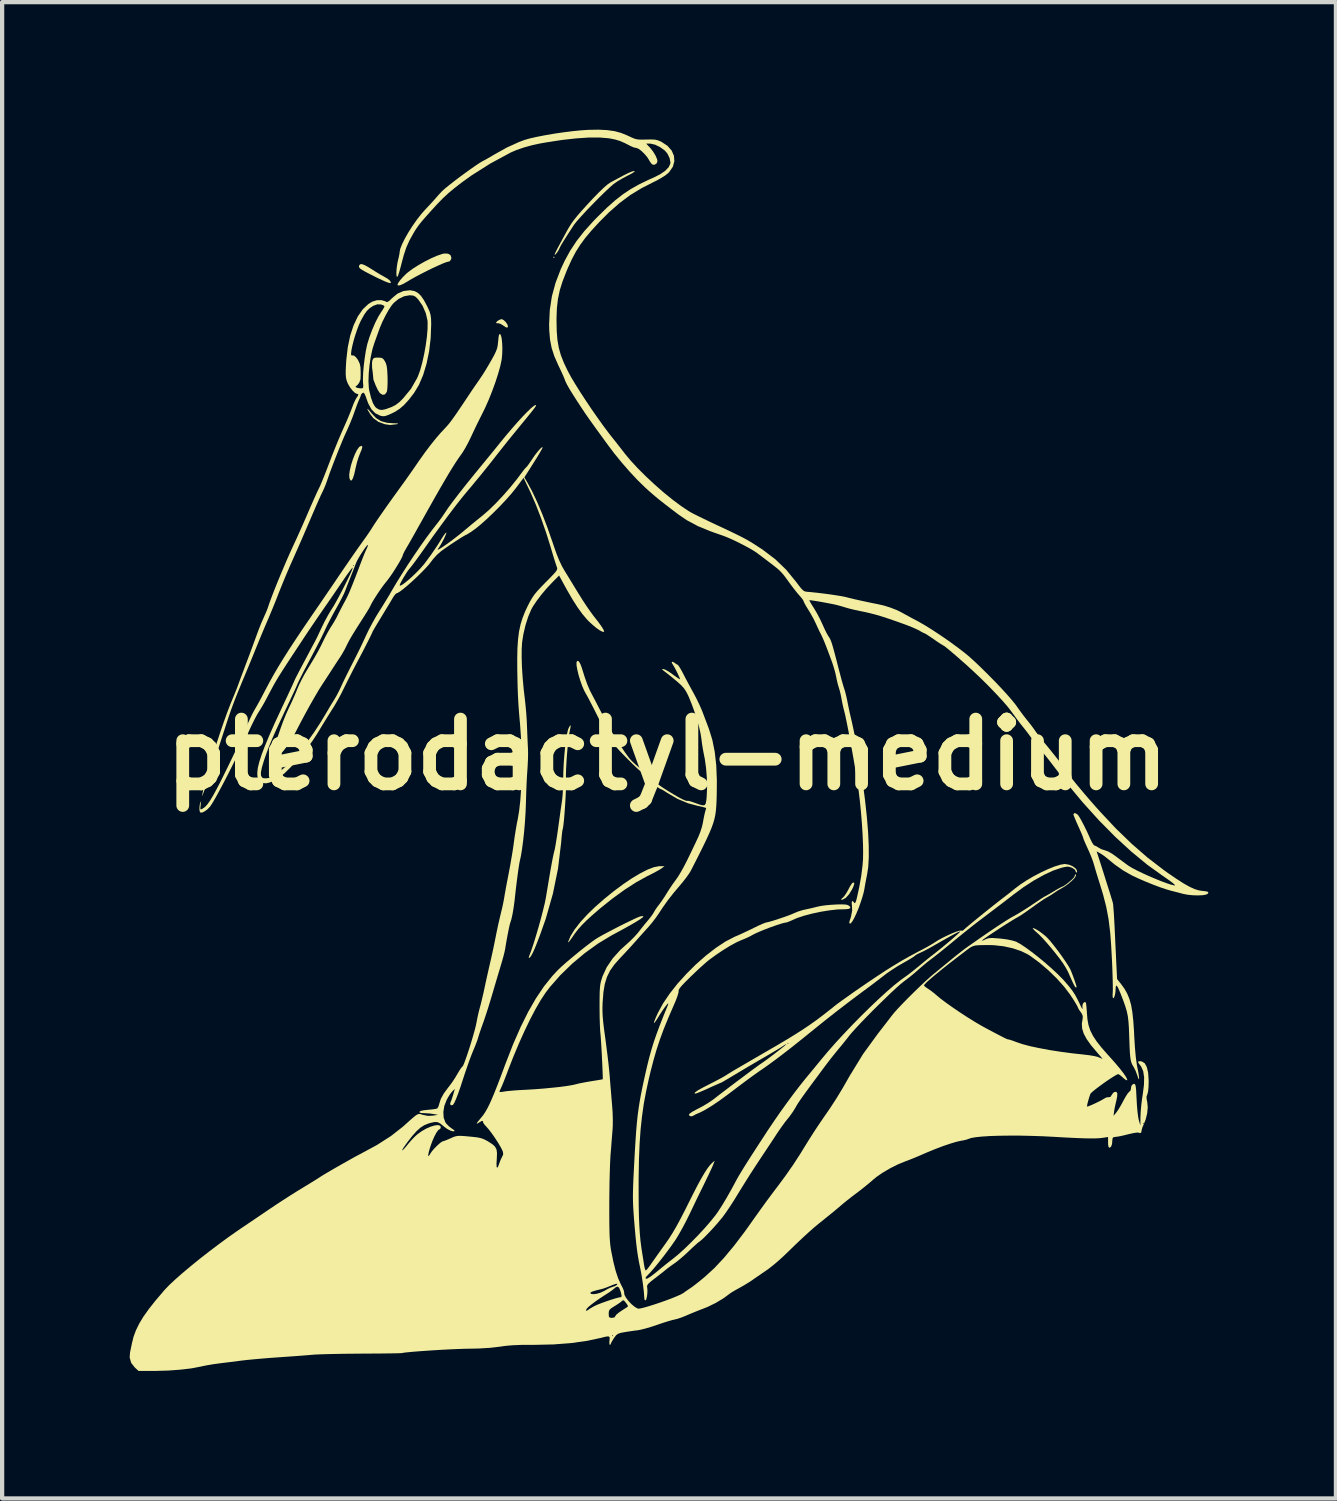
<source format=kicad_pcb>
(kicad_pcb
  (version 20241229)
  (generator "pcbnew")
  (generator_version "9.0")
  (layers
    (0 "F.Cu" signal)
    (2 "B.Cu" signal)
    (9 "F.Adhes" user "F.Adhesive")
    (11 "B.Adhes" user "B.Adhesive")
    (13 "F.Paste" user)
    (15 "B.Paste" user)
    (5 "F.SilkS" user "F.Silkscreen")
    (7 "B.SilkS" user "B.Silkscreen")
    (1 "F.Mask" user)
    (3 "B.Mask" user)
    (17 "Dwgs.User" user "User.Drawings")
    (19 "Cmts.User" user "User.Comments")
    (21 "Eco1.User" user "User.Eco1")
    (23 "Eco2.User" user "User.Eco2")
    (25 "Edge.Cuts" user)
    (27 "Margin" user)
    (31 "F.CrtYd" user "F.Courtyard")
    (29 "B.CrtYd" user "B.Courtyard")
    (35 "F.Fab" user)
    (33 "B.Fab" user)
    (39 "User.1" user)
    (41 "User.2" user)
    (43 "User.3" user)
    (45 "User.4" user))
  (footprint "pterodactyl-medium"
    (layer "F.Cu")
    (at 12.642 14.697)
    (property "Reference" "pterodactyl-medium" (at 0 0 0) (layer "F.SilkS") (effects (font (size 1.524 1.524) (thickness 0.3))))
    (attr board_only exclude_from_pos_files exclude_from_bom)
    (fp_poly (pts (xy -2.658 -11.711) (xy -2.655 -11.68) (xy -2.658 -11.677) (xy -2.673 -11.68) (xy -2.675 -11.694) (xy -2.666 -11.715)) (stroke (width 0) (type solid)) (fill yes) (layer "F.SilkS"))
    (fp_poly (pts (xy -3.849 -10.221) (xy -3.798 -10.174) (xy -3.759 -10.116) (xy -3.745 -10.072) (xy -3.757 -10.042) (xy -3.794 -10.049) (xy -3.86 -10.094) (xy -3.862 -10.095) (xy -3.922 -10.131) (xy -3.975 -10.145) (xy -3.98 -10.144) (xy -4.018 -10.146) (xy -4.025 -10.154) (xy -4.005 -10.187) (xy -3.957 -10.22) (xy -3.905 -10.24) (xy -3.893 -10.241)) (stroke (width 0) (type solid)) (fill yes) (layer "F.SilkS"))
    (fp_poly (pts (xy 4.4 3.038) (xy 4.38 3.102) (xy 4.346 3.174) (xy 4.275 3.288) (xy 4.201 3.369) (xy 4.131 3.41) (xy 4.105 3.414) (xy 4.086 3.407) (xy 4.11 3.382) (xy 4.122 3.374) (xy 4.164 3.33) (xy 4.214 3.257) (xy 4.255 3.185) (xy 4.297 3.105) (xy 4.335 3.045) (xy 4.358 3.018) (xy 4.393 3.008)) (stroke (width 0) (type solid)) (fill yes) (layer "F.SilkS"))
    (fp_poly (pts (xy -7.008 -8.093) (xy -6.953 -8.025) (xy -6.847 -7.914) (xy -6.731 -7.842) (xy -6.593 -7.804) (xy -6.458 -7.793) (xy -6.371 -7.79) (xy -6.33 -7.785) (xy -6.333 -7.777) (xy -6.356 -7.77) (xy -6.515 -7.752) (xy -6.637 -7.769) (xy -6.792 -7.825) (xy -6.911 -7.912) (xy -6.979 -7.998) (xy -7.031 -8.083) (xy -7.053 -8.127) (xy -7.045 -8.131)) (stroke (width 0) (type solid)) (fill yes) (layer "F.SilkS"))
    (fp_poly (pts (xy -7.17 -7.238) (xy -7.186 -7.174) (xy -7.22 -7.093) (xy -7.259 -6.994) (xy -7.297 -6.871) (xy -7.326 -6.749) (xy -7.328 -6.743) (xy -7.359 -6.601) (xy -7.39 -6.502) (xy -7.419 -6.45) (xy -7.446 -6.445) (xy -7.47 -6.489) (xy -7.474 -6.503) (xy -7.479 -6.58) (xy -7.464 -6.686) (xy -7.435 -6.81) (xy -7.394 -6.939) (xy -7.347 -7.06) (xy -7.298 -7.16) (xy -7.249 -7.229) (xy -7.23 -7.245) (xy -7.185 -7.262)) (stroke (width 0) (type solid)) (fill yes) (layer "F.SilkS"))
    (fp_poly (pts (xy -7.125 -11.516) (xy -7.035 -11.468) (xy -6.946 -11.413) (xy -6.845 -11.349) (xy -6.748 -11.29) (xy -6.671 -11.247) (xy -6.651 -11.236) (xy -6.583 -11.196) (xy -6.532 -11.157) (xy -6.524 -11.149) (xy -6.497 -11.106) (xy -6.507 -11.089) (xy -6.555 -11.097) (xy -6.643 -11.131) (xy -6.772 -11.19) (xy -6.84 -11.223) (xy -6.991 -11.299) (xy -7.101 -11.356) (xy -7.177 -11.4) (xy -7.223 -11.432) (xy -7.245 -11.459) (xy -7.25 -11.482) (xy -7.246 -11.499) (xy -7.224 -11.53) (xy -7.185 -11.536)) (stroke (width 0) (type solid)) (fill yes) (layer "F.SilkS"))
    (fp_poly (pts (xy -6.728 -9.332) (xy -6.683 -9.311) (xy -6.645 -9.259) (xy -6.638 -9.248) (xy -6.613 -9.195) (xy -6.596 -9.131) (xy -6.585 -9.043) (xy -6.579 -8.919) (xy -6.577 -8.879) (xy -6.576 -8.751) (xy -6.58 -8.64) (xy -6.588 -8.558) (xy -6.596 -8.528) (xy -6.637 -8.472) (xy -6.693 -8.461) (xy -6.754 -8.498) (xy -6.761 -8.506) (xy -6.81 -8.583) (xy -6.86 -8.69) (xy -6.91 -8.82) (xy -6.924 -8.971) (xy -6.941 -9.104) (xy -6.942 -9.215) (xy -6.934 -9.27) (xy -6.916 -9.309) (xy -6.886 -9.331) (xy -6.826 -9.337) (xy -6.802 -9.337)) (stroke (width 0) (type solid)) (fill yes) (layer "F.SilkS"))
    (fp_poly (pts (xy -5.156 -11.781) (xy -5.097 -11.747) (xy -5.076 -11.687) (xy -5.08 -11.657) (xy -5.11 -11.604) (xy -5.153 -11.592) (xy -5.198 -11.58) (xy -5.279 -11.549) (xy -5.387 -11.501) (xy -5.514 -11.443) (xy -5.65 -11.376) (xy -5.786 -11.307) (xy -5.915 -11.239) (xy -6.026 -11.177) (xy -6.092 -11.137) (xy -6.204 -11.072) (xy -6.285 -11.037) (xy -6.332 -11.033) (xy -6.344 -11.052) (xy -6.326 -11.094) (xy -6.279 -11.159) (xy -6.213 -11.234) (xy -6.137 -11.309) (xy -6.097 -11.343) (xy -5.986 -11.426) (xy -5.85 -11.512) (xy -5.702 -11.596) (xy -5.552 -11.672) (xy -5.414 -11.732) (xy -5.297 -11.773) (xy -5.243 -11.785)) (stroke (width 0) (type solid)) (fill yes) (layer "F.SilkS"))
    (fp_poly (pts (xy -0.064 2.626) (xy -0.133 2.677) (xy -0.183 2.709) (xy -0.267 2.756) (xy -0.372 2.812) (xy -0.477 2.864) (xy -0.727 3.002) (xy -0.998 3.176) (xy -1.282 3.382) (xy -1.571 3.613) (xy -1.592 3.631) (xy -1.76 3.776) (xy -1.895 3.898) (xy -2.003 4.006) (xy -2.093 4.107) (xy -2.173 4.209) (xy -2.23 4.293) (xy -2.281 4.365) (xy -2.316 4.408) (xy -2.332 4.417) (xy -2.331 4.407) (xy -2.274 4.27) (xy -2.176 4.112) (xy -2.041 3.938) (xy -1.871 3.753) (xy -1.695 3.583) (xy -1.474 3.389) (xy -1.252 3.21) (xy -1.036 3.049) (xy -0.829 2.909) (xy -0.636 2.794) (xy -0.463 2.706) (xy -0.314 2.649) (xy -0.195 2.626) (xy -0.178 2.625)) (stroke (width 0) (type solid)) (fill yes) (layer "F.SilkS"))
    (fp_poly (pts (xy 8.627 4.085) (xy 8.684 4.114) (xy 8.758 4.161) (xy 8.838 4.22) (xy 8.912 4.282) (xy 8.942 4.312) (xy 9.012 4.389) (xy 9.098 4.496) (xy 9.193 4.62) (xy 9.287 4.749) (xy 9.372 4.873) (xy 9.44 4.978) (xy 9.475 5.039) (xy 9.502 5.099) (xy 9.535 5.184) (xy 9.57 5.279) (xy 9.601 5.369) (xy 9.623 5.439) (xy 9.63 5.471) (xy 9.611 5.477) (xy 9.607 5.477) (xy 9.589 5.455) (xy 9.556 5.396) (xy 9.515 5.308) (xy 9.478 5.224) (xy 9.428 5.112) (xy 9.374 5.012) (xy 9.311 4.911) (xy 9.229 4.797) (xy 9.121 4.659) (xy 9.109 4.645) (xy 9.01 4.524) (xy 8.91 4.408) (xy 8.818 4.307) (xy 8.744 4.231) (xy 8.716 4.206) (xy 8.652 4.149) (xy 8.609 4.104) (xy 8.596 4.082) (xy 8.597 4.082)) (stroke (width 0) (type solid)) (fill yes) (layer "F.SilkS"))
    (fp_poly (pts (xy -0.77 -13.725) (xy -0.769 -13.71) (xy -0.812 -13.679) (xy -0.895 -13.633) (xy -0.943 -13.61) (xy -1.055 -13.55) (xy -1.165 -13.485) (xy -1.253 -13.424) (xy -1.274 -13.408) (xy -1.362 -13.33) (xy -1.47 -13.228) (xy -1.591 -13.11) (xy -1.717 -12.982) (xy -1.843 -12.853) (xy -1.959 -12.729) (xy -2.061 -12.618) (xy -2.14 -12.527) (xy -2.19 -12.463) (xy -2.193 -12.458) (xy -2.304 -12.288) (xy -2.389 -12.155) (xy -2.451 -12.056) (xy -2.494 -11.984) (xy -2.52 -11.936) (xy -2.532 -11.909) (xy -2.554 -11.863) (xy -2.586 -11.813) (xy -2.619 -11.772) (xy -2.643 -11.752) (xy -2.648 -11.757) (xy -2.637 -11.79) (xy -2.606 -11.855) (xy -2.562 -11.939) (xy -2.55 -11.961) (xy -2.486 -12.08) (xy -2.414 -12.213) (xy -2.357 -12.318) (xy -2.307 -12.405) (xy -2.255 -12.488) (xy -2.194 -12.572) (xy -2.119 -12.666) (xy -2.025 -12.775) (xy -1.906 -12.907) (xy -1.757 -13.068) (xy -1.753 -13.072) (xy -1.617 -13.212) (xy -1.498 -13.327) (xy -1.401 -13.411) (xy -1.331 -13.458) (xy -1.25 -13.502) (xy -1.144 -13.559) (xy -1.034 -13.618) (xy -1.012 -13.629) (xy -0.918 -13.676) (xy -0.837 -13.71) (xy -0.782 -13.725)) (stroke (width 0) (type solid)) (fill yes) (layer "F.SilkS"))
    (fp_poly (pts (xy -2.272 -0.653) (xy -2.288 -0.571) (xy -2.293 -0.548) (xy -2.31 -0.458) (xy -2.326 -0.329) (xy -2.342 -0.172) (xy -2.357 -0.001) (xy -2.369 0.174) (xy -2.378 0.34) (xy -2.382 0.485) (xy -2.382 0.598) (xy -2.381 0.617) (xy -2.379 0.697) (xy -2.382 0.81) (xy -2.387 0.945) (xy -2.395 1.094) (xy -2.405 1.248) (xy -2.416 1.397) (xy -2.427 1.532) (xy -2.439 1.643) (xy -2.45 1.722) (xy -2.459 1.759) (xy -2.466 1.79) (xy -2.475 1.863) (xy -2.485 1.964) (xy -2.496 2.086) (xy -2.497 2.093) (xy -2.568 2.683) (xy -2.688 3.271) (xy -2.856 3.861) (xy -2.986 4.229) (xy -3.057 4.416) (xy -3.115 4.559) (xy -3.161 4.662) (xy -3.199 4.731) (xy -3.228 4.771) (xy -3.239 4.779) (xy -3.258 4.781) (xy -3.25 4.749) (xy -3.201 4.62) (xy -3.145 4.453) (xy -3.086 4.262) (xy -3.026 4.058) (xy -2.969 3.853) (xy -2.919 3.659) (xy -2.878 3.489) (xy -2.851 3.354) (xy -2.851 3.35) (xy -2.818 3.153) (xy -2.792 2.997) (xy -2.771 2.873) (xy -2.754 2.772) (xy -2.739 2.686) (xy -2.724 2.605) (xy -2.714 2.549) (xy -2.693 2.439) (xy -2.672 2.34) (xy -2.655 2.268) (xy -2.651 2.256) (xy -2.64 2.206) (xy -2.624 2.116) (xy -2.604 1.994) (xy -2.582 1.851) (xy -2.562 1.707) (xy -2.539 1.543) (xy -2.517 1.384) (xy -2.497 1.241) (xy -2.48 1.127) (xy -2.471 1.063) (xy -2.461 0.965) (xy -2.452 0.834) (xy -2.447 0.691) (xy -2.446 0.59) (xy -2.443 0.407) (xy -2.434 0.215) (xy -2.42 0.022) (xy -2.402 -0.162) (xy -2.382 -0.329) (xy -2.359 -0.469) (xy -2.336 -0.573) (xy -2.319 -0.62) (xy -2.288 -0.678) (xy -2.272 -0.689)) (stroke (width 0) (type solid)) (fill yes) (layer "F.SilkS"))
    (fp_poly (pts (xy -6.031 -10.918) (xy -5.941 -10.9) (xy -5.864 -10.859) (xy -5.793 -10.791) (xy -5.722 -10.688) (xy -5.645 -10.544) (xy -5.62 -10.491) (xy -5.585 -10.411) (xy -5.565 -10.337) (xy -5.554 -10.253) (xy -5.551 -10.139) (xy -5.551 -10.109) (xy -5.563 -9.791) (xy -5.6 -9.483) (xy -5.66 -9.192) (xy -5.74 -8.927) (xy -5.839 -8.695) (xy -5.954 -8.504) (xy -5.956 -8.502) (xy -6.077 -8.345) (xy -6.186 -8.225) (xy -6.29 -8.134) (xy -6.399 -8.063) (xy -6.474 -8.026) (xy -6.569 -7.984) (xy -6.634 -7.962) (xy -6.685 -7.957) (xy -6.735 -7.966) (xy -6.748 -7.97) (xy -6.863 -8.026) (xy -6.955 -8.119) (xy -7.03 -8.256) (xy -7.062 -8.341) (xy -7.096 -8.438) (xy -7.122 -8.492) (xy -7.145 -8.512) (xy -7.161 -8.508) (xy -7.194 -8.478) (xy -7.199 -8.465) (xy -7.21 -8.432) (xy -7.235 -8.37) (xy -7.253 -8.331) (xy -7.288 -8.246) (xy -7.328 -8.137) (xy -7.363 -8.038) (xy -7.401 -7.934) (xy -7.453 -7.805) (xy -7.51 -7.673) (xy -7.535 -7.617) (xy -7.59 -7.496) (xy -7.656 -7.34) (xy -7.728 -7.164) (xy -7.801 -6.979) (xy -7.871 -6.798) (xy -7.933 -6.633) (xy -7.981 -6.496) (xy -7.998 -6.446) (xy -8.037 -6.339) (xy -8.086 -6.223) (xy -8.114 -6.165) (xy -8.146 -6.099) (xy -8.193 -5.995) (xy -8.251 -5.863) (xy -8.316 -5.713) (xy -8.384 -5.555) (xy -8.395 -5.528) (xy -8.475 -5.343) (xy -8.563 -5.138) (xy -8.653 -4.932) (xy -8.737 -4.742) (xy -8.795 -4.611) (xy -8.872 -4.438) (xy -8.955 -4.245) (xy -9.036 -4.05) (xy -9.107 -3.874) (xy -9.133 -3.809) (xy -9.195 -3.649) (xy -9.264 -3.478) (xy -9.332 -3.314) (xy -9.39 -3.176) (xy -9.403 -3.146) (xy -9.461 -3.011) (xy -9.53 -2.848) (xy -9.6 -2.678) (xy -9.663 -2.523) (xy -9.664 -2.522) (xy -9.725 -2.37) (xy -9.791 -2.208) (xy -9.854 -2.055) (xy -9.907 -1.928) (xy -9.909 -1.923) (xy -10.004 -1.696) (xy -10.082 -1.506) (xy -10.148 -1.342) (xy -10.205 -1.194) (xy -10.257 -1.052) (xy -10.308 -0.905) (xy -10.361 -0.745) (xy -10.421 -0.56) (xy -10.507 -0.294) (xy -10.588 -0.043) (xy -10.665 0.189) (xy -10.734 0.399) (xy -10.796 0.581) (xy -10.848 0.734) (xy -10.89 0.852) (xy -10.92 0.933) (xy -10.937 0.973) (xy -10.94 0.968) (xy -10.94 0.968) (xy -10.912 0.83) (xy -10.869 0.653) (xy -10.813 0.445) (xy -10.746 0.214) (xy -10.671 -0.032) (xy -10.591 -0.285) (xy -10.508 -0.536) (xy -10.425 -0.777) (xy -10.345 -1) (xy -10.269 -1.196) (xy -10.221 -1.312) (xy -10.175 -1.424) (xy -10.128 -1.541) (xy -10.094 -1.63) (xy -10.068 -1.702) (xy -10.028 -1.81) (xy -9.978 -1.942) (xy -9.924 -2.087) (xy -9.888 -2.183) (xy -9.829 -2.338) (xy -9.771 -2.496) (xy -9.717 -2.642) (xy -9.673 -2.762) (xy -9.655 -2.812) (xy -9.607 -2.941) (xy -9.552 -3.08) (xy -9.499 -3.202) (xy -9.493 -3.215) (xy -9.45 -3.312) (xy -9.413 -3.399) (xy -9.391 -3.458) (xy -9.389 -3.465) (xy -9.357 -3.56) (xy -9.308 -3.693) (xy -9.246 -3.855) (xy -9.173 -4.037) (xy -9.093 -4.231) (xy -9.01 -4.427) (xy -8.928 -4.618) (xy -8.85 -4.793) (xy -8.78 -4.945) (xy -8.775 -4.957) (xy -8.719 -5.076) (xy -8.651 -5.227) (xy -8.575 -5.397) (xy -8.499 -5.571) (xy -8.445 -5.696) (xy -8.38 -5.846) (xy -8.317 -5.988) (xy -8.261 -6.113) (xy -8.217 -6.209) (xy -8.188 -6.267) (xy -8.16 -6.327) (xy -8.119 -6.424) (xy -8.067 -6.551) (xy -8.01 -6.697) (xy -7.951 -6.852) (xy -7.945 -6.866) (xy -7.878 -7.042) (xy -7.803 -7.229) (xy -7.729 -7.41) (xy -7.66 -7.571) (xy -7.613 -7.677) (xy -7.553 -7.812) (xy -7.496 -7.945) (xy -7.448 -8.063) (xy -7.414 -8.151) (xy -7.411 -8.16) (xy -7.375 -8.255) (xy -7.336 -8.339) (xy -7.31 -8.385) (xy -7.271 -8.444) (xy -7.265 -8.474) (xy -7.289 -8.483) (xy -7.296 -8.484) (xy -7.342 -8.505) (xy -7.4 -8.56) (xy -7.459 -8.636) (xy -7.509 -8.721) (xy -7.54 -8.798) (xy -7.554 -8.861) (xy -7.561 -8.936) (xy -7.561 -9.032) (xy -7.555 -9.161) (xy -7.547 -9.282) (xy -7.529 -9.44) (xy -7.435 -9.44) (xy -7.433 -9.393) (xy -7.415 -9.387) (xy -7.373 -9.387) (xy -7.323 -9.348) (xy -7.273 -9.282) (xy -7.23 -9.19) (xy -7.214 -9.108) (xy -7.21 -9.01) (xy -7.21 -8.92) (xy -7.214 -8.823) (xy -7.244 -8.745) (xy -7.279 -8.699) (xy -7.3 -8.68) (xy -7.32 -8.66) (xy -7.334 -8.648) (xy -7.296 -8.627) (xy -7.226 -8.614) (xy -7.207 -8.613) (xy -7.169 -8.615) (xy -7.151 -8.631) (xy -7.148 -8.674) (xy -7.154 -8.743) (xy -7.155 -8.783) (xy -7.026 -8.783) (xy -7.018 -8.63) (xy -7.008 -8.564) (xy -6.965 -8.389) (xy -6.919 -8.261) (xy -6.868 -8.178) (xy -6.83 -8.144) (xy -6.768 -8.112) (xy -6.71 -8.105) (xy -6.635 -8.12) (xy -6.6 -8.131) (xy -6.479 -8.175) (xy -6.387 -8.223) (xy -6.302 -8.287) (xy -6.214 -8.374) (xy -6.026 -8.602) (xy -5.884 -8.85) (xy -5.861 -8.9) (xy -5.808 -9.046) (xy -5.759 -9.225) (xy -5.715 -9.424) (xy -5.678 -9.631) (xy -5.651 -9.832) (xy -5.636 -10.015) (xy -5.635 -10.167) (xy -5.638 -10.209) (xy -5.678 -10.382) (xy -5.753 -10.555) (xy -5.856 -10.705) (xy -5.861 -10.711) (xy -5.919 -10.768) (xy -5.973 -10.795) (xy -6.048 -10.802) (xy -6.061 -10.802) (xy -6.188 -10.779) (xy -6.317 -10.717) (xy -6.431 -10.623) (xy -6.477 -10.569) (xy -6.549 -10.461) (xy -6.626 -10.324) (xy -6.699 -10.177) (xy -6.758 -10.038) (xy -6.774 -9.994) (xy -6.812 -9.889) (xy -6.856 -9.766) (xy -6.889 -9.676) (xy -6.935 -9.526) (xy -6.973 -9.348) (xy -7.002 -9.156) (xy -7.02 -8.963) (xy -7.026 -8.783) (xy -7.155 -8.783) (xy -7.156 -8.851) (xy -7.15 -8.994) (xy -7.135 -9.157) (xy -7.114 -9.327) (xy -7.089 -9.489) (xy -7.06 -9.628) (xy -7.053 -9.656) (xy -7.002 -9.821) (xy -6.937 -9.994) (xy -6.866 -10.159) (xy -6.793 -10.302) (xy -6.734 -10.397) (xy -6.687 -10.467) (xy -6.657 -10.521) (xy -6.649 -10.543) (xy -6.672 -10.565) (xy -6.726 -10.585) (xy -6.737 -10.587) (xy -6.818 -10.589) (xy -6.902 -10.559) (xy -6.926 -10.546) (xy -7.001 -10.496) (xy -7.065 -10.433) (xy -7.127 -10.345) (xy -7.195 -10.223) (xy -7.211 -10.193) (xy -7.254 -10.097) (xy -7.297 -9.983) (xy -7.338 -9.86) (xy -7.375 -9.736) (xy -7.404 -9.619) (xy -7.425 -9.518) (xy -7.435 -9.44) (xy -7.529 -9.44) (xy -7.512 -9.582) (xy -7.455 -9.856) (xy -7.375 -10.097) (xy -7.277 -10.304) (xy -7.16 -10.472) (xy -7.028 -10.597) (xy -6.937 -10.652) (xy -6.829 -10.686) (xy -6.721 -10.688) (xy -6.63 -10.661) (xy -6.607 -10.645) (xy -6.575 -10.645) (xy -6.523 -10.683) (xy -6.471 -10.735) (xy -6.346 -10.839) (xy -6.204 -10.902) (xy -6.055 -10.92)) (stroke (width 0) (type solid)) (fill yes) (layer "F.SilkS"))
    (fp_poly (pts (xy 9.45 2.59) (xy 9.541 2.629) (xy 9.609 2.681) (xy 9.633 2.72) (xy 9.641 2.765) (xy 9.629 2.777) (xy 9.608 2.756) (xy 9.605 2.737) (xy 9.583 2.703) (xy 9.53 2.667) (xy 9.515 2.66) (xy 9.457 2.64) (xy 9.403 2.636) (xy 9.333 2.648) (xy 9.277 2.661) (xy 9.081 2.727) (xy 8.861 2.829) (xy 8.625 2.96) (xy 8.381 3.118) (xy 8.138 3.297) (xy 8.113 3.317) (xy 8.042 3.372) (xy 7.941 3.45) (xy 7.819 3.543) (xy 7.686 3.644) (xy 7.579 3.725) (xy 7.434 3.835) (xy 7.306 3.932) (xy 7.186 4.025) (xy 7.067 4.12) (xy 6.937 4.224) (xy 6.788 4.345) (xy 6.611 4.491) (xy 6.576 4.519) (xy 6.466 4.609) (xy 6.354 4.698) (xy 6.255 4.776) (xy 6.192 4.823) (xy 6.097 4.897) (xy 5.991 4.986) (xy 5.911 5.056) (xy 5.824 5.132) (xy 5.715 5.222) (xy 5.602 5.309) (xy 5.567 5.335) (xy 5.49 5.397) (xy 5.386 5.489) (xy 5.26 5.606) (xy 5.12 5.741) (xy 4.97 5.887) (xy 4.819 6.037) (xy 4.673 6.186) (xy 4.538 6.326) (xy 4.421 6.452) (xy 4.328 6.556) (xy 4.272 6.624) (xy 4.201 6.715) (xy 4.115 6.822) (xy 4.031 6.923) (xy 4.025 6.93) (xy 3.95 7.022) (xy 3.857 7.138) (xy 3.763 7.261) (xy 3.705 7.337) (xy 3.549 7.548) (xy 3.42 7.722) (xy 3.315 7.864) (xy 3.232 7.978) (xy 3.167 8.069) (xy 3.117 8.141) (xy 3.078 8.199) (xy 3.049 8.246) (xy 3.025 8.287) (xy 3.019 8.299) (xy 2.961 8.394) (xy 2.887 8.499) (xy 2.838 8.561) (xy 2.774 8.64) (xy 2.697 8.746) (xy 2.618 8.859) (xy 2.583 8.911) (xy 2.521 9.006) (xy 2.439 9.131) (xy 2.343 9.275) (xy 2.243 9.426) (xy 2.158 9.554) (xy 2.051 9.717) (xy 1.934 9.898) (xy 1.819 10.081) (xy 1.715 10.249) (xy 1.657 10.343) (xy 1.57 10.485) (xy 1.477 10.629) (xy 1.387 10.762) (xy 1.31 10.869) (xy 1.28 10.906) (xy 1.19 11.014) (xy 1.091 11.126) (xy 0.992 11.233) (xy 0.9 11.328) (xy 0.823 11.402) (xy 0.769 11.447) (xy 0.759 11.454) (xy 0.724 11.48) (xy 0.662 11.535) (xy 0.582 11.608) (xy 0.505 11.682) (xy 0.407 11.773) (xy 0.309 11.858) (xy 0.225 11.927) (xy 0.178 11.961) (xy 0.09 12.022) (xy 0.001 12.089) (xy -0.029 12.113) (xy -0.093 12.165) (xy -0.182 12.235) (xy -0.278 12.31) (xy -0.304 12.329) (xy -0.391 12.397) (xy -0.443 12.445) (xy -0.469 12.481) (xy -0.474 12.514) (xy -0.47 12.538) (xy -0.465 12.602) (xy -0.468 12.681) (xy -0.479 12.757) (xy -0.494 12.816) (xy -0.512 12.84) (xy -0.512 12.84) (xy -0.533 12.819) (xy -0.537 12.796) (xy -0.55 12.628) (xy -0.573 12.437) (xy -0.602 12.247) (xy -0.632 12.089) (xy -0.661 11.949) (xy -0.686 11.811) (xy -0.708 11.665) (xy -0.728 11.501) (xy -0.747 11.31) (xy -0.767 11.083) (xy -0.779 10.94) (xy -0.79 10.787) (xy -0.799 10.655) (xy -0.804 10.533) (xy -0.806 10.413) (xy -0.805 10.285) (xy -0.801 10.138) (xy -0.794 9.964) (xy -0.783 9.753) (xy -0.778 9.654) (xy -0.762 9.353) (xy -0.746 9.094) (xy -0.731 8.871) (xy -0.714 8.675) (xy -0.696 8.498) (xy -0.674 8.333) (xy -0.649 8.171) (xy -0.619 8.004) (xy -0.583 7.825) (xy -0.54 7.626) (xy -0.521 7.541) (xy -0.472 7.325) (xy -0.424 7.132) (xy -0.374 6.951) (xy -0.32 6.774) (xy -0.257 6.591) (xy -0.183 6.39) (xy -0.094 6.164) (xy 0.012 5.902) (xy 0.019 5.885) (xy 0.027 5.854) (xy 0.012 5.859) (xy -0.021 5.897) (xy -0.069 5.96) (xy -0.126 6.043) (xy -0.189 6.141) (xy -0.194 6.15) (xy -0.257 6.25) (xy -0.297 6.305) (xy -0.313 6.315) (xy -0.306 6.281) (xy -0.276 6.204) (xy -0.222 6.082) (xy -0.218 6.075) (xy -0.099 5.855) (xy 0.058 5.623) (xy 0.244 5.387) (xy 0.454 5.155) (xy 0.678 4.932) (xy 0.911 4.727) (xy 1.145 4.546) (xy 1.372 4.396) (xy 1.586 4.285) (xy 1.605 4.277) (xy 1.714 4.23) (xy 1.847 4.168) (xy 1.982 4.104) (xy 2.044 4.073) (xy 2.149 4.022) (xy 2.239 3.982) (xy 2.304 3.956) (xy 2.329 3.949) (xy 2.374 3.94) (xy 2.454 3.918) (xy 2.558 3.886) (xy 2.674 3.847) (xy 2.79 3.807) (xy 2.893 3.769) (xy 2.972 3.736) (xy 2.997 3.725) (xy 3.079 3.691) (xy 3.183 3.659) (xy 3.248 3.644) (xy 3.359 3.62) (xy 3.473 3.593) (xy 3.528 3.579) (xy 3.623 3.559) (xy 3.742 3.543) (xy 3.872 3.532) (xy 4 3.525) (xy 4.114 3.523) (xy 4.203 3.528) (xy 4.252 3.54) (xy 4.303 3.578) (xy 4.306 3.61) (xy 4.264 3.631) (xy 4.181 3.638) (xy 4.172 3.638) (xy 4.011 3.642) (xy 3.821 3.663) (xy 3.616 3.696) (xy 3.41 3.74) (xy 3.219 3.79) (xy 3.056 3.844) (xy 2.987 3.874) (xy 2.904 3.911) (xy 2.838 3.938) (xy 2.804 3.949) (xy 2.804 3.949) (xy 2.748 3.958) (xy 2.656 3.984) (xy 2.54 4.023) (xy 2.411 4.069) (xy 2.281 4.119) (xy 2.16 4.169) (xy 2.06 4.214) (xy 1.991 4.25) (xy 1.987 4.253) (xy 1.932 4.283) (xy 1.847 4.322) (xy 1.748 4.363) (xy 1.737 4.367) (xy 1.617 4.422) (xy 1.471 4.502) (xy 1.311 4.601) (xy 1.149 4.71) (xy 0.995 4.822) (xy 0.93 4.874) (xy 0.865 4.931) (xy 0.774 5.013) (xy 0.668 5.112) (xy 0.559 5.216) (xy 0.529 5.246) (xy 0.415 5.359) (xy 0.336 5.443) (xy 0.289 5.502) (xy 0.269 5.542) (xy 0.269 5.559) (xy 0.265 5.601) (xy 0.241 5.68) (xy 0.201 5.788) (xy 0.151 5.904) (xy 0.025 6.195) (xy -0.081 6.455) (xy -0.171 6.699) (xy -0.25 6.938) (xy -0.322 7.188) (xy -0.393 7.462) (xy -0.43 7.617) (xy -0.496 7.921) (xy -0.551 8.216) (xy -0.593 8.514) (xy -0.626 8.822) (xy -0.649 9.15) (xy -0.664 9.509) (xy -0.671 9.906) (xy -0.672 10.012) (xy -0.672 10.338) (xy -0.67 10.619) (xy -0.665 10.863) (xy -0.656 11.075) (xy -0.644 11.262) (xy -0.629 11.43) (xy -0.609 11.586) (xy -0.599 11.655) (xy -0.579 11.779) (xy -0.56 11.897) (xy -0.546 11.991) (xy -0.54 12.025) (xy -0.526 12.092) (xy -0.509 12.13) (xy -0.502 12.134) (xy -0.478 12.112) (xy -0.435 12.058) (xy -0.382 11.985) (xy -0.38 11.981) (xy -0.327 11.906) (xy -0.254 11.802) (xy -0.168 11.681) (xy -0.078 11.555) (xy -0.049 11.515) (xy 0.041 11.386) (xy 0.126 11.252) (xy 0.213 11.103) (xy 0.306 10.932) (xy 0.411 10.729) (xy 0.483 10.585) (xy 0.606 10.339) (xy 0.711 10.135) (xy 0.801 9.97) (xy 0.878 9.839) (xy 0.944 9.737) (xy 1.002 9.661) (xy 1.051 9.609) (xy 1.117 9.549) (xy 1.086 9.634) (xy 1.065 9.686) (xy 1.025 9.773) (xy 0.972 9.886) (xy 0.91 10.014) (xy 0.874 10.089) (xy 0.792 10.256) (xy 0.699 10.446) (xy 0.607 10.639) (xy 0.525 10.81) (xy 0.516 10.828) (xy 0.441 10.979) (xy 0.358 11.136) (xy 0.275 11.283) (xy 0.201 11.405) (xy 0.182 11.433) (xy 0.1 11.551) (xy 0.003 11.683) (xy -0.101 11.82) (xy -0.205 11.952) (xy -0.302 12.07) (xy -0.384 12.165) (xy -0.443 12.227) (xy -0.487 12.273) (xy -0.509 12.307) (xy -0.51 12.31) (xy -0.497 12.33) (xy -0.459 12.32) (xy -0.392 12.278) (xy -0.294 12.203) (xy -0.224 12.146) (xy -0.12 12.06) (xy -0.016 11.976) (xy 0.073 11.906) (xy 0.118 11.872) (xy 0.248 11.767) (xy 0.399 11.631) (xy 0.562 11.473) (xy 0.728 11.304) (xy 0.886 11.133) (xy 1.028 10.969) (xy 1.145 10.822) (xy 1.191 10.757) (xy 1.287 10.609) (xy 1.396 10.428) (xy 1.509 10.228) (xy 1.598 10.063) (xy 1.638 9.989) (xy 1.685 9.906) (xy 1.743 9.81) (xy 1.813 9.695) (xy 1.899 9.559) (xy 2.004 9.395) (xy 2.13 9.2) (xy 2.281 8.969) (xy 2.356 8.853) (xy 2.5 8.639) (xy 2.657 8.412) (xy 2.819 8.186) (xy 2.98 7.969) (xy 3.13 7.774) (xy 3.261 7.61) (xy 3.266 7.605) (xy 3.342 7.513) (xy 3.438 7.397) (xy 3.541 7.271) (xy 3.633 7.159) (xy 3.791 6.971) (xy 3.97 6.768) (xy 4.164 6.558) (xy 4.368 6.344) (xy 4.576 6.133) (xy 4.783 5.93) (xy 4.983 5.74) (xy 5.171 5.569) (xy 5.34 5.423) (xy 5.486 5.307) (xy 5.567 5.249) (xy 5.641 5.196) (xy 5.74 5.121) (xy 5.846 5.036) (xy 5.911 4.983) (xy 6.013 4.898) (xy 6.115 4.815) (xy 6.201 4.746) (xy 6.242 4.715) (xy 6.342 4.636) (xy 6.45 4.549) (xy 6.56 4.458) (xy 6.665 4.37) (xy 6.757 4.29) (xy 6.831 4.225) (xy 6.879 4.179) (xy 6.894 4.159) (xy 6.894 4.159) (xy 6.875 4.162) (xy 6.829 4.182) (xy 6.753 4.222) (xy 6.642 4.282) (xy 6.495 4.365) (xy 6.308 4.471) (xy 6.245 4.508) (xy 6.142 4.565) (xy 6.04 4.619) (xy 5.959 4.658) (xy 5.948 4.662) (xy 5.88 4.695) (xy 5.834 4.724) (xy 5.825 4.733) (xy 5.797 4.755) (xy 5.735 4.794) (xy 5.646 4.847) (xy 5.548 4.902) (xy 5.419 4.977) (xy 5.285 5.063) (xy 5.164 5.146) (xy 5.104 5.192) (xy 5.016 5.26) (xy 4.9 5.349) (xy 4.769 5.448) (xy 4.636 5.546) (xy 4.594 5.577) (xy 4.315 5.786) (xy 4.012 6.018) (xy 3.699 6.264) (xy 3.391 6.512) (xy 3.332 6.56) (xy 3.134 6.72) (xy 2.933 6.88) (xy 2.737 7.032) (xy 2.554 7.171) (xy 2.392 7.29) (xy 2.26 7.383) (xy 2.242 7.396) (xy 2.178 7.439) (xy 2.117 7.482) (xy 2.052 7.528) (xy 1.977 7.582) (xy 1.887 7.648) (xy 1.776 7.731) (xy 1.637 7.835) (xy 1.466 7.965) (xy 1.414 8.004) (xy 1.227 8.141) (xy 1.053 8.258) (xy 0.901 8.351) (xy 0.777 8.416) (xy 0.739 8.432) (xy 0.674 8.46) (xy 0.629 8.485) (xy 0.625 8.488) (xy 0.579 8.508) (xy 0.533 8.502) (xy 0.51 8.475) (xy 0.51 8.471) (xy 0.532 8.441) (xy 0.595 8.398) (xy 0.69 8.346) (xy 0.72 8.331) (xy 0.84 8.268) (xy 0.965 8.193) (xy 1.072 8.12) (xy 1.087 8.109) (xy 1.208 8.015) (xy 1.344 7.911) (xy 1.489 7.801) (xy 1.637 7.689) (xy 1.781 7.582) (xy 1.914 7.482) (xy 2.03 7.396) (xy 2.122 7.329) (xy 2.184 7.284) (xy 2.204 7.271) (xy 2.255 7.236) (xy 2.331 7.182) (xy 2.421 7.115) (xy 2.518 7.041) (xy 2.613 6.968) (xy 2.696 6.902) (xy 2.761 6.85) (xy 2.797 6.818) (xy 2.802 6.811) (xy 2.784 6.816) (xy 2.74 6.843) (xy 2.728 6.851) (xy 2.679 6.884) (xy 2.596 6.935) (xy 2.49 6.998) (xy 2.373 7.067) (xy 2.353 7.078) (xy 2.197 7.169) (xy 2.049 7.256) (xy 1.895 7.346) (xy 1.726 7.447) (xy 1.528 7.565) (xy 1.458 7.608) (xy 1.372 7.658) (xy 1.305 7.697) (xy 1.266 7.718) (xy 1.261 7.719) (xy 1.235 7.729) (xy 1.173 7.757) (xy 1.082 7.797) (xy 0.974 7.846) (xy 0.973 7.847) (xy 0.862 7.896) (xy 0.767 7.937) (xy 0.697 7.964) (xy 0.663 7.974) (xy 0.641 7.965) (xy 0.665 7.937) (xy 0.734 7.89) (xy 0.848 7.827) (xy 0.988 7.755) (xy 1.111 7.693) (xy 1.227 7.632) (xy 1.323 7.579) (xy 1.387 7.54) (xy 1.388 7.54) (xy 1.429 7.513) (xy 1.482 7.481) (xy 1.55 7.439) (xy 1.639 7.387) (xy 1.754 7.32) (xy 1.898 7.236) (xy 2.077 7.132) (xy 2.294 7.006) (xy 2.318 6.992) (xy 2.586 6.837) (xy 2.666 6.789) (xy 2.828 6.789) (xy 2.841 6.802) (xy 2.853 6.789) (xy 2.841 6.777) (xy 2.828 6.789) (xy 2.666 6.789) (xy 2.815 6.701) (xy 3.015 6.578) (xy 3.192 6.465) (xy 3.354 6.356) (xy 3.509 6.246) (xy 3.663 6.13) (xy 3.825 6.003) (xy 3.925 5.923) (xy 3.998 5.866) (xy 4.106 5.787) (xy 4.241 5.691) (xy 4.393 5.583) (xy 4.557 5.47) (xy 4.708 5.366) (xy 4.945 5.207) (xy 5.151 5.072) (xy 5.337 4.956) (xy 5.513 4.85) (xy 5.69 4.75) (xy 5.879 4.648) (xy 5.992 4.589) (xy 6.099 4.532) (xy 6.204 4.472) (xy 6.287 4.421) (xy 6.298 4.413) (xy 6.384 4.36) (xy 6.488 4.304) (xy 6.601 4.249) (xy 6.71 4.2) (xy 6.805 4.163) (xy 6.875 4.142) (xy 6.906 4.141) (xy 6.951 4.141) (xy 6.966 4.129) (xy 6.991 4.106) (xy 7.048 4.056) (xy 7.133 3.985) (xy 7.239 3.898) (xy 7.358 3.801) (xy 7.485 3.698) (xy 7.613 3.596) (xy 7.735 3.499) (xy 7.846 3.412) (xy 7.91 3.363) (xy 8.005 3.29) (xy 8.095 3.219) (xy 8.165 3.162) (xy 8.18 3.15) (xy 8.307 3.054) (xy 8.457 2.956) (xy 8.621 2.86) (xy 8.791 2.772) (xy 8.958 2.694) (xy 9.111 2.632) (xy 9.243 2.591) (xy 9.344 2.574) (xy 9.355 2.574)) (stroke (width 0) (type solid)) (fill yes) (layer "F.SilkS"))
    (fp_poly (pts (xy -1.411 -14.687) (xy -1.237 -14.662) (xy -1.082 -14.62) (xy -0.933 -14.559) (xy -0.917 -14.551) (xy -0.823 -14.507) (xy -0.752 -14.48) (xy -0.684 -14.466) (xy -0.602 -14.463) (xy -0.491 -14.465) (xy -0.374 -14.467) (xy -0.29 -14.463) (xy -0.226 -14.449) (xy -0.163 -14.424) (xy -0.132 -14.409) (xy 0.007 -14.317) (xy 0.105 -14.206) (xy 0.159 -14.082) (xy 0.168 -13.953) (xy 0.132 -13.824) (xy 0.048 -13.701) (xy 0.021 -13.674) (xy -0.047 -13.62) (xy -0.146 -13.558) (xy -0.259 -13.495) (xy -0.315 -13.468) (xy -0.607 -13.319) (xy -0.872 -13.157) (xy -1.121 -12.971) (xy -1.367 -12.755) (xy -1.603 -12.519) (xy -1.779 -12.327) (xy -1.924 -12.155) (xy -2.044 -11.992) (xy -2.148 -11.828) (xy -2.243 -11.649) (xy -2.336 -11.445) (xy -2.368 -11.369) (xy -2.46 -11.133) (xy -2.526 -10.922) (xy -2.569 -10.718) (xy -2.594 -10.503) (xy -2.603 -10.26) (xy -2.603 -10.203) (xy -2.598 -9.96) (xy -2.582 -9.753) (xy -2.55 -9.569) (xy -2.501 -9.394) (xy -2.43 -9.214) (xy -2.336 -9.016) (xy -2.334 -9.013) (xy -2.262 -8.88) (xy -2.164 -8.716) (xy -2.047 -8.529) (xy -1.916 -8.328) (xy -1.778 -8.122) (xy -1.637 -7.92) (xy -1.501 -7.73) (xy -1.375 -7.562) (xy -1.309 -7.477) (xy -1.217 -7.362) (xy -1.117 -7.234) (xy -1.024 -7.115) (xy -1 -7.083) (xy -0.86 -6.915) (xy -0.69 -6.731) (xy -0.498 -6.54) (xy -0.292 -6.348) (xy -0.081 -6.163) (xy 0.128 -5.994) (xy 0.324 -5.847) (xy 0.501 -5.729) (xy 0.557 -5.696) (xy 0.623 -5.661) (xy 0.727 -5.609) (xy 0.858 -5.545) (xy 1.007 -5.473) (xy 1.166 -5.398) (xy 1.21 -5.378) (xy 1.414 -5.282) (xy 1.58 -5.203) (xy 1.716 -5.136) (xy 1.832 -5.075) (xy 1.935 -5.017) (xy 2.035 -4.956) (xy 2.139 -4.889) (xy 2.255 -4.812) (xy 2.544 -4.592) (xy 2.8 -4.345) (xy 3.031 -4.063) (xy 3.107 -3.962) (xy 3.162 -3.895) (xy 3.204 -3.856) (xy 3.242 -3.836) (xy 3.283 -3.829) (xy 3.288 -3.829) (xy 3.397 -3.819) (xy 3.532 -3.805) (xy 3.681 -3.787) (xy 3.832 -3.767) (xy 3.973 -3.746) (xy 4.091 -3.727) (xy 4.174 -3.711) (xy 4.191 -3.707) (xy 4.288 -3.682) (xy 4.418 -3.651) (xy 4.566 -3.618) (xy 4.715 -3.586) (xy 4.849 -3.558) (xy 4.942 -3.54) (xy 5.092 -3.506) (xy 5.25 -3.457) (xy 5.396 -3.4) (xy 5.503 -3.348) (xy 5.573 -3.309) (xy 5.673 -3.254) (xy 5.79 -3.191) (xy 5.885 -3.141) (xy 6.039 -3.054) (xy 6.222 -2.941) (xy 6.421 -2.81) (xy 6.626 -2.669) (xy 6.825 -2.524) (xy 7.006 -2.385) (xy 7.114 -2.294) (xy 7.244 -2.176) (xy 7.389 -2.038) (xy 7.542 -1.886) (xy 7.697 -1.729) (xy 7.845 -1.574) (xy 7.98 -1.427) (xy 8.094 -1.297) (xy 8.182 -1.189) (xy 8.214 -1.146) (xy 8.291 -1.037) (xy 8.372 -0.928) (xy 8.444 -0.835) (xy 8.47 -0.803) (xy 8.545 -0.709) (xy 8.622 -0.606) (xy 8.662 -0.548) (xy 8.724 -0.462) (xy 8.802 -0.361) (xy 8.879 -0.268) (xy 8.938 -0.197) (xy 9.013 -0.105) (xy 9.097 -0.000154) (xy 9.185 0.111) (xy 9.271 0.22) (xy 9.349 0.321) (xy 9.413 0.405) (xy 9.458 0.466) (xy 9.477 0.495) (xy 9.477 0.497) (xy 9.494 0.527) (xy 9.54 0.591) (xy 9.612 0.682) (xy 9.706 0.795) (xy 9.817 0.927) (xy 9.941 1.071) (xy 10.074 1.223) (xy 10.168 1.328) (xy 10.548 1.734) (xy 10.923 2.097) (xy 11.298 2.423) (xy 11.681 2.717) (xy 11.783 2.79) (xy 11.981 2.925) (xy 12.146 3.031) (xy 12.283 3.108) (xy 12.398 3.161) (xy 12.495 3.192) (xy 12.56 3.203) (xy 12.657 3.214) (xy 12.711 3.226) (xy 12.729 3.243) (xy 12.718 3.267) (xy 12.712 3.274) (xy 12.669 3.295) (xy 12.587 3.308) (xy 12.481 3.312) (xy 12.362 3.309) (xy 12.243 3.297) (xy 12.138 3.277) (xy 12.126 3.274) (xy 12.018 3.245) (xy 11.896 3.214) (xy 11.834 3.198) (xy 11.726 3.166) (xy 11.585 3.118) (xy 11.424 3.057) (xy 11.257 2.99) (xy 11.096 2.92) (xy 10.955 2.855) (xy 10.927 2.841) (xy 10.728 2.728) (xy 10.528 2.588) (xy 10.369 2.458) (xy 10.291 2.395) (xy 10.209 2.338) (xy 10.19 2.327) (xy 10.1 2.276) (xy 10.158 2.456) (xy 10.213 2.627) (xy 10.268 2.801) (xy 10.322 2.972) (xy 10.372 3.131) (xy 10.416 3.27) (xy 10.45 3.382) (xy 10.474 3.46) (xy 10.482 3.49) (xy 10.489 3.535) (xy 10.496 3.622) (xy 10.505 3.741) (xy 10.513 3.884) (xy 10.522 4.041) (xy 10.522 4.051) (xy 10.531 4.238) (xy 10.54 4.439) (xy 10.55 4.637) (xy 10.558 4.813) (xy 10.563 4.913) (xy 10.581 5.279) (xy 10.676 5.399) (xy 10.756 5.51) (xy 10.82 5.624) (xy 10.871 5.748) (xy 10.911 5.89) (xy 10.94 6.058) (xy 10.962 6.259) (xy 10.979 6.501) (xy 10.983 6.598) (xy 11 6.881) (xy 11.021 7.116) (xy 11.047 7.304) (xy 11.06 7.371) (xy 11.083 7.486) (xy 11.095 7.572) (xy 11.099 7.624) (xy 11.093 7.638) (xy 11.078 7.611) (xy 11.054 7.537) (xy 11.053 7.537) (xy 11.019 7.444) (xy 10.974 7.353) (xy 10.964 7.337) (xy 10.938 7.293) (xy 10.918 7.247) (xy 10.903 7.192) (xy 10.892 7.121) (xy 10.883 7.025) (xy 10.876 6.897) (xy 10.87 6.73) (xy 10.866 6.614) (xy 10.859 6.43) (xy 10.849 6.282) (xy 10.834 6.156) (xy 10.81 6.04) (xy 10.774 5.919) (xy 10.724 5.778) (xy 10.657 5.606) (xy 10.654 5.599) (xy 10.609 5.495) (xy 10.577 5.44) (xy 10.557 5.434) (xy 10.548 5.476) (xy 10.547 5.5) (xy 10.542 5.589) (xy 10.527 5.667) (xy 10.507 5.719) (xy 10.491 5.732) (xy 10.478 5.709) (xy 10.475 5.649) (xy 10.478 5.611) (xy 10.481 5.539) (xy 10.48 5.425) (xy 10.477 5.278) (xy 10.472 5.108) (xy 10.465 4.924) (xy 10.455 4.734) (xy 10.445 4.548) (xy 10.434 4.374) (xy 10.422 4.223) (xy 10.418 4.178) (xy 10.381 3.875) (xy 10.327 3.586) (xy 10.251 3.29) (xy 10.18 3.057) (xy 10.137 2.92) (xy 10.096 2.789) (xy 10.063 2.677) (xy 10.04 2.597) (xy 10.037 2.586) (xy 10.012 2.506) (xy 9.972 2.399) (xy 9.922 2.28) (xy 9.894 2.219) (xy 9.848 2.118) (xy 9.811 2.033) (xy 9.788 1.975) (xy 9.783 1.957) (xy 9.773 1.926) (xy 9.746 1.859) (xy 9.706 1.767) (xy 9.668 1.684) (xy 9.621 1.579) (xy 9.584 1.49) (xy 9.56 1.428) (xy 9.554 1.405) (xy 9.57 1.379) (xy 9.61 1.383) (xy 9.656 1.415) (xy 9.661 1.42) (xy 9.696 1.471) (xy 9.745 1.557) (xy 9.804 1.67) (xy 9.867 1.798) (xy 9.928 1.931) (xy 9.95 1.981) (xy 9.989 2.061) (xy 10.025 2.118) (xy 10.05 2.14) (xy 10.05 2.14) (xy 10.092 2.155) (xy 10.143 2.187) (xy 10.21 2.225) (xy 10.292 2.251) (xy 10.297 2.252) (xy 10.371 2.279) (xy 10.467 2.334) (xy 10.565 2.404) (xy 10.664 2.479) (xy 10.766 2.554) (xy 10.85 2.615) (xy 10.86 2.621) (xy 10.941 2.67) (xy 11.052 2.728) (xy 11.183 2.791) (xy 11.326 2.856) (xy 11.472 2.918) (xy 11.613 2.976) (xy 11.74 3.023) (xy 11.845 3.058) (xy 11.918 3.076) (xy 11.944 3.077) (xy 11.937 3.062) (xy 11.893 3.023) (xy 11.82 2.967) (xy 11.722 2.898) (xy 11.653 2.851) (xy 11.289 2.589) (xy 10.915 2.281) (xy 10.536 1.933) (xy 10.155 1.547) (xy 9.776 1.128) (xy 9.403 0.68) (xy 9.105 0.293) (xy 9.018 0.179) (xy 8.926 0.062) (xy 8.841 -0.042) (xy 8.802 -0.089) (xy 8.721 -0.187) (xy 8.637 -0.294) (xy 8.572 -0.382) (xy 8.499 -0.482) (xy 8.417 -0.589) (xy 8.368 -0.65) (xy 8.307 -0.726) (xy 8.229 -0.829) (xy 8.147 -0.941) (xy 8.1 -1.006) (xy 8.012 -1.121) (xy 7.891 -1.261) (xy 7.744 -1.42) (xy 7.578 -1.593) (xy 7.399 -1.771) (xy 7.213 -1.948) (xy 7.028 -2.117) (xy 7.002 -2.14) (xy 6.829 -2.292) (xy 6.692 -2.41) (xy 6.59 -2.495) (xy 6.522 -2.549) (xy 6.486 -2.57) (xy 6.454 -2.589) (xy 6.391 -2.629) (xy 6.309 -2.685) (xy 6.263 -2.717) (xy 6.176 -2.776) (xy 6.105 -2.823) (xy 6.06 -2.849) (xy 6.05 -2.853) (xy 6.018 -2.866) (xy 5.962 -2.897) (xy 5.94 -2.911) (xy 5.877 -2.943) (xy 5.782 -2.986) (xy 5.667 -3.032) (xy 5.58 -3.065) (xy 5.36 -3.143) (xy 5.177 -3.206) (xy 5.022 -3.256) (xy 4.884 -3.296) (xy 4.754 -3.329) (xy 4.622 -3.359) (xy 4.535 -3.376) (xy 4.413 -3.402) (xy 4.29 -3.432) (xy 4.19 -3.46) (xy 4.178 -3.464) (xy 4.067 -3.497) (xy 3.947 -3.528) (xy 3.898 -3.538) (xy 3.769 -3.563) (xy 3.642 -3.587) (xy 3.526 -3.607) (xy 3.43 -3.622) (xy 3.366 -3.63) (xy 3.342 -3.631) (xy 3.352 -3.608) (xy 3.383 -3.552) (xy 3.431 -3.475) (xy 3.451 -3.444) (xy 3.52 -3.327) (xy 3.592 -3.191) (xy 3.651 -3.065) (xy 3.653 -3.061) (xy 3.7 -2.956) (xy 3.747 -2.86) (xy 3.788 -2.789) (xy 3.795 -2.778) (xy 3.817 -2.746) (xy 3.836 -2.71) (xy 3.855 -2.664) (xy 3.877 -2.6) (xy 3.902 -2.514) (xy 3.934 -2.398) (xy 3.974 -2.246) (xy 4.024 -2.051) (xy 4.027 -2.038) (xy 4.065 -1.895) (xy 4.101 -1.76) (xy 4.133 -1.647) (xy 4.157 -1.566) (xy 4.166 -1.541) (xy 4.189 -1.464) (xy 4.215 -1.359) (xy 4.238 -1.249) (xy 4.238 -1.248) (xy 4.263 -1.124) (xy 4.291 -0.991) (xy 4.314 -0.892) (xy 4.345 -0.759) (xy 4.381 -0.592) (xy 4.419 -0.405) (xy 4.456 -0.214) (xy 4.49 -0.034) (xy 4.517 0.121) (xy 4.523 0.153) (xy 4.594 0.625) (xy 4.652 1.062) (xy 4.695 1.461) (xy 4.725 1.822) (xy 4.74 2.141) (xy 4.741 2.417) (xy 4.728 2.648) (xy 4.7 2.828) (xy 4.678 2.937) (xy 4.658 3.042) (xy 4.645 3.12) (xy 4.645 3.121) (xy 4.625 3.227) (xy 4.591 3.351) (xy 4.548 3.483) (xy 4.5 3.616) (xy 4.448 3.74) (xy 4.398 3.846) (xy 4.353 3.925) (xy 4.317 3.969) (xy 4.303 3.974) (xy 4.286 3.969) (xy 4.283 3.944) (xy 4.297 3.891) (xy 4.321 3.821) (xy 4.35 3.674) (xy 4.346 3.573) (xy 4.339 3.486) (xy 4.346 3.446) (xy 4.368 3.45) (xy 4.394 3.48) (xy 4.412 3.495) (xy 4.428 3.479) (xy 4.447 3.426) (xy 4.464 3.359) (xy 4.519 3.108) (xy 4.564 2.851) (xy 4.594 2.607) (xy 4.605 2.471) (xy 4.608 2.306) (xy 4.605 2.101) (xy 4.595 1.868) (xy 4.579 1.617) (xy 4.558 1.358) (xy 4.533 1.104) (xy 4.504 0.864) (xy 4.496 0.803) (xy 4.472 0.646) (xy 4.443 0.463) (xy 4.41 0.263) (xy 4.374 0.054) (xy 4.336 -0.158) (xy 4.298 -0.364) (xy 4.262 -0.557) (xy 4.228 -0.728) (xy 4.199 -0.869) (xy 4.176 -0.974) (xy 4.164 -1.019) (xy 4.141 -1.109) (xy 4.117 -1.22) (xy 4.102 -1.299) (xy 4.082 -1.405) (xy 4.057 -1.508) (xy 4.039 -1.567) (xy 4.014 -1.65) (xy 3.989 -1.755) (xy 3.975 -1.826) (xy 3.952 -1.93) (xy 3.916 -2.056) (xy 3.877 -2.176) (xy 3.874 -2.183) (xy 3.799 -2.386) (xy 3.738 -2.546) (xy 3.689 -2.669) (xy 3.649 -2.761) (xy 3.618 -2.826) (xy 3.617 -2.828) (xy 3.581 -2.898) (xy 3.536 -2.994) (xy 3.495 -3.083) (xy 3.441 -3.194) (xy 3.373 -3.317) (xy 3.316 -3.411) (xy 3.265 -3.493) (xy 3.228 -3.561) (xy 3.21 -3.601) (xy 3.21 -3.604) (xy 3.194 -3.637) (xy 3.152 -3.693) (xy 3.114 -3.736) (xy 3.055 -3.805) (xy 2.98 -3.899) (xy 2.903 -4.001) (xy 2.879 -4.034) (xy 2.795 -4.15) (xy 2.729 -4.236) (xy 2.669 -4.303) (xy 2.603 -4.365) (xy 2.52 -4.432) (xy 2.42 -4.509) (xy 2.319 -4.585) (xy 2.224 -4.657) (xy 2.147 -4.715) (xy 2.115 -4.74) (xy 2.032 -4.795) (xy 1.915 -4.863) (xy 1.778 -4.936) (xy 1.633 -5.009) (xy 1.494 -5.074) (xy 1.375 -5.124) (xy 1.344 -5.136) (xy 1.223 -5.179) (xy 1.089 -5.226) (xy 0.997 -5.259) (xy 0.72 -5.374) (xy 0.459 -5.514) (xy 0.268 -5.644) (xy 0.091 -5.778) (xy -0.052 -5.888) (xy -0.169 -5.98) (xy -0.267 -6.06) (xy -0.354 -6.134) (xy -0.438 -6.208) (xy -0.525 -6.287) (xy -0.531 -6.293) (xy -0.699 -6.457) (xy -0.881 -6.652) (xy -1.066 -6.864) (xy -1.243 -7.081) (xy -1.388 -7.273) (xy -1.472 -7.388) (xy -1.57 -7.523) (xy -1.668 -7.657) (xy -1.715 -7.723) (xy -1.822 -7.872) (xy -1.932 -8.03) (xy -2.039 -8.191) (xy -2.14 -8.346) (xy -2.231 -8.489) (xy -2.306 -8.612) (xy -2.361 -8.71) (xy -2.392 -8.774) (xy -2.395 -8.782) (xy -2.418 -8.843) (xy -2.458 -8.937) (xy -2.51 -9.05) (xy -2.562 -9.159) (xy -2.654 -9.367) (xy -2.717 -9.561) (xy -2.756 -9.759) (xy -2.774 -9.977) (xy -2.777 -10.119) (xy -2.761 -10.457) (xy -2.712 -10.778) (xy -2.626 -11.095) (xy -2.502 -11.419) (xy -2.408 -11.62) (xy -2.279 -11.855) (xy -2.128 -12.083) (xy -1.948 -12.312) (xy -1.732 -12.551) (xy -1.626 -12.659) (xy -1.416 -12.864) (xy -1.225 -13.034) (xy -1.041 -13.178) (xy -0.854 -13.302) (xy -0.654 -13.414) (xy -0.43 -13.522) (xy -0.323 -13.569) (xy -0.166 -13.648) (xy -0.044 -13.732) (xy 0.038 -13.819) (xy 0.075 -13.903) (xy 0.076 -13.924) (xy 0.057 -14.028) (xy 0.006 -14.133) (xy -0.054 -14.205) (xy -0.167 -14.287) (xy -0.284 -14.344) (xy -0.389 -14.368) (xy -0.402 -14.369) (xy -0.494 -14.369) (xy -0.404 -14.273) (xy -0.334 -14.186) (xy -0.276 -14.091) (xy -0.238 -14.004) (xy -0.229 -13.954) (xy -0.25 -13.902) (xy -0.299 -13.872) (xy -0.341 -13.874) (xy -0.379 -13.907) (xy -0.418 -13.965) (xy -0.422 -13.975) (xy -0.468 -14.049) (xy -0.533 -14.126) (xy -0.605 -14.196) (xy -0.673 -14.247) (xy -0.724 -14.267) (xy -0.725 -14.267) (xy -0.784 -14.279) (xy -0.852 -14.308) (xy -0.853 -14.308) (xy -0.993 -14.38) (xy -1.107 -14.43) (xy -1.214 -14.463) (xy -1.33 -14.487) (xy -1.385 -14.496) (xy -1.596 -14.513) (xy -1.85 -14.512) (xy -2.144 -14.492) (xy -2.475 -14.455) (xy -2.838 -14.399) (xy -2.993 -14.372) (xy -3.181 -14.331) (xy -3.371 -14.278) (xy -3.544 -14.219) (xy -3.678 -14.161) (xy -4.161 -13.9) (xy -4.603 -13.62) (xy -4.823 -13.462) (xy -4.998 -13.327) (xy -5.145 -13.205) (xy -5.278 -13.081) (xy -5.414 -12.941) (xy -5.5 -12.847) (xy -5.623 -12.711) (xy -5.717 -12.605) (xy -5.789 -12.52) (xy -5.845 -12.449) (xy -5.891 -12.384) (xy -5.935 -12.317) (xy -5.972 -12.254) (xy -6.064 -12.088) (xy -6.135 -11.929) (xy -6.193 -11.756) (xy -6.239 -11.585) (xy -6.27 -11.465) (xy -6.299 -11.361) (xy -6.324 -11.283) (xy -6.339 -11.246) (xy -6.356 -11.234) (xy -6.366 -11.263) (xy -6.369 -11.322) (xy -6.366 -11.402) (xy -6.356 -11.492) (xy -6.341 -11.584) (xy -6.331 -11.626) (xy -6.31 -11.713) (xy -6.296 -11.786) (xy -6.293 -11.819) (xy -6.277 -11.898) (xy -6.234 -12.007) (xy -6.169 -12.138) (xy -6.087 -12.282) (xy -5.992 -12.431) (xy -5.891 -12.575) (xy -5.788 -12.708) (xy -5.705 -12.802) (xy -5.617 -12.896) (xy -5.534 -12.986) (xy -5.467 -13.06) (xy -5.437 -13.095) (xy -5.368 -13.173) (xy -5.294 -13.252) (xy -5.281 -13.264) (xy -5.219 -13.319) (xy -5.125 -13.395) (xy -5.009 -13.486) (xy -4.88 -13.584) (xy -4.746 -13.682) (xy -4.617 -13.775) (xy -4.501 -13.856) (xy -4.408 -13.917) (xy -4.35 -13.952) (xy -4.263 -13.998) (xy -4.156 -14.059) (xy -4.062 -14.115) (xy -3.77 -14.278) (xy -3.485 -14.407) (xy -3.363 -14.453) (xy -3.236 -14.49) (xy -3.069 -14.528) (xy -2.873 -14.566) (xy -2.66 -14.603) (xy -2.44 -14.635) (xy -2.224 -14.662) (xy -2.024 -14.682) (xy -1.854 -14.693) (xy -1.613 -14.697)) (stroke (width 0) (type solid)) (fill yes) (layer "F.SilkS"))
    (fp_poly (pts (xy -3.928 -9.888) (xy -3.907 -9.85) (xy -3.891 -9.773) (xy -3.881 -9.668) (xy -3.877 -9.547) (xy -3.88 -9.423) (xy -3.891 -9.305) (xy -3.894 -9.286) (xy -3.925 -9.139) (xy -3.975 -8.96) (xy -4.04 -8.759) (xy -4.116 -8.55) (xy -4.198 -8.344) (xy -4.283 -8.154) (xy -4.333 -8.051) (xy -4.407 -7.903) (xy -4.487 -7.742) (xy -4.561 -7.586) (xy -4.618 -7.464) (xy -4.679 -7.339) (xy -4.746 -7.215) (xy -4.809 -7.11) (xy -4.846 -7.057) (xy -4.902 -6.978) (xy -4.967 -6.882) (xy -5.041 -6.766) (xy -5.128 -6.625) (xy -5.227 -6.457) (xy -5.343 -6.258) (xy -5.476 -6.025) (xy -5.628 -5.755) (xy -5.802 -5.444) (xy -5.855 -5.35) (xy -5.929 -5.217) (xy -6.003 -5.086) (xy -6.068 -4.971) (xy -6.119 -4.884) (xy -6.131 -4.863) (xy -6.175 -4.786) (xy -6.206 -4.725) (xy -6.216 -4.696) (xy -6.23 -4.656) (xy -6.266 -4.584) (xy -6.32 -4.491) (xy -6.384 -4.386) (xy -6.452 -4.279) (xy -6.519 -4.182) (xy -6.577 -4.103) (xy -6.598 -4.077) (xy -6.662 -3.997) (xy -6.737 -3.894) (xy -6.814 -3.78) (xy -6.886 -3.668) (xy -6.945 -3.569) (xy -6.983 -3.495) (xy -6.989 -3.481) (xy -7.008 -3.445) (xy -7.051 -3.374) (xy -7.111 -3.277) (xy -7.184 -3.163) (xy -7.237 -3.08) (xy -7.32 -2.949) (xy -7.399 -2.821) (xy -7.466 -2.707) (xy -7.514 -2.617) (xy -7.53 -2.584) (xy -7.581 -2.481) (xy -7.645 -2.367) (xy -7.688 -2.299) (xy -7.754 -2.2) (xy -7.829 -2.085) (xy -7.885 -1.998) (xy -7.951 -1.896) (xy -8.029 -1.776) (xy -8.104 -1.662) (xy -8.111 -1.651) (xy -8.194 -1.521) (xy -8.293 -1.352) (xy -8.405 -1.156) (xy -8.524 -0.939) (xy -8.645 -0.711) (xy -8.739 -0.529) (xy -8.828 -0.369) (xy -8.924 -0.221) (xy -9.022 -0.091) (xy -9.117 0.016) (xy -9.205 0.094) (xy -9.281 0.139) (xy -9.339 0.145) (xy -9.351 0.139) (xy -9.363 0.111) (xy -9.352 0.092) (xy -9.333 0.056) (xy -9.303 -0.017) (xy -9.267 -0.114) (xy -9.239 -0.192) (xy -9.191 -0.333) (xy -9.137 -0.488) (xy -9.088 -0.631) (xy -9.072 -0.675) (xy -9.022 -0.809) (xy -8.96 -0.96) (xy -8.896 -1.101) (xy -8.88 -1.134) (xy -8.822 -1.257) (xy -8.763 -1.389) (xy -8.714 -1.506) (xy -8.701 -1.541) (xy -8.658 -1.64) (xy -8.597 -1.764) (xy -8.528 -1.892) (xy -8.487 -1.961) (xy -8.389 -2.124) (xy -8.311 -2.254) (xy -8.25 -2.36) (xy -8.198 -2.454) (xy -8.151 -2.544) (xy -8.103 -2.642) (xy -8.085 -2.68) (xy -8.028 -2.793) (xy -7.969 -2.902) (xy -7.917 -2.99) (xy -7.901 -3.014) (xy -7.844 -3.105) (xy -7.784 -3.21) (xy -7.757 -3.264) (xy -7.712 -3.355) (xy -7.653 -3.468) (xy -7.594 -3.58) (xy -7.587 -3.592) (xy -7.55 -3.662) (xy -7.515 -3.733) (xy -7.479 -3.812) (xy -7.44 -3.906) (xy -7.393 -4.021) (xy -7.336 -4.166) (xy -7.267 -4.347) (xy -7.213 -4.49) (xy -7.167 -4.609) (xy -7.124 -4.717) (xy -7.088 -4.801) (xy -7.068 -4.843) (xy -7.044 -4.898) (xy -7.037 -4.93) (xy -7.038 -4.932) (xy -7.057 -4.92) (xy -7.096 -4.874) (xy -7.145 -4.804) (xy -7.199 -4.722) (xy -7.25 -4.638) (xy -7.293 -4.561) (xy -7.316 -4.509) (xy -7.346 -4.432) (xy -7.387 -4.326) (xy -7.433 -4.212) (xy -7.446 -4.178) (xy -7.491 -4.065) (xy -7.534 -3.955) (xy -7.568 -3.866) (xy -7.575 -3.847) (xy -7.604 -3.78) (xy -7.652 -3.683) (xy -7.713 -3.567) (xy -7.78 -3.446) (xy -7.784 -3.439) (xy -7.856 -3.309) (xy -7.927 -3.176) (xy -7.989 -3.056) (xy -8.031 -2.968) (xy -8.065 -2.894) (xy -8.103 -2.816) (xy -8.146 -2.727) (xy -8.2 -2.622) (xy -8.267 -2.493) (xy -8.35 -2.335) (xy -8.453 -2.14) (xy -8.491 -2.069) (xy -8.556 -1.946) (xy -8.614 -1.83) (xy -8.662 -1.734) (xy -8.692 -1.669) (xy -8.695 -1.661) (xy -8.721 -1.601) (xy -8.763 -1.508) (xy -8.816 -1.395) (xy -8.872 -1.274) (xy -8.99 -1.026) (xy -9.088 -0.817) (xy -9.169 -0.642) (xy -9.236 -0.495) (xy -9.291 -0.369) (xy -9.338 -0.259) (xy -9.378 -0.157) (xy -9.415 -0.059) (xy -9.451 0.043) (xy -9.486 0.147) (xy -9.533 0.303) (xy -9.556 0.419) (xy -9.553 0.497) (xy -9.525 0.543) (xy -9.492 0.556) (xy -9.421 0.558) (xy -9.338 0.543) (xy -9.267 0.518) (xy -9.242 0.501) (xy -9.206 0.47) (xy -9.143 0.42) (xy -9.065 0.36) (xy -9.061 0.357) (xy -8.93 0.244) (xy -8.783 0.092) (xy -8.626 -0.092) (xy -8.464 -0.301) (xy -8.302 -0.528) (xy -8.147 -0.765) (xy -8.003 -1.006) (xy -7.988 -1.032) (xy -7.93 -1.131) (xy -7.864 -1.239) (xy -7.834 -1.287) (xy -7.78 -1.378) (xy -7.721 -1.491) (xy -7.673 -1.592) (xy -7.634 -1.678) (xy -7.577 -1.796) (xy -7.509 -1.933) (xy -7.436 -2.078) (xy -7.398 -2.153) (xy -7.32 -2.306) (xy -7.239 -2.469) (xy -7.164 -2.625) (xy -7.102 -2.759) (xy -7.082 -2.802) (xy -7.019 -2.934) (xy -6.938 -3.087) (xy -6.851 -3.242) (xy -6.777 -3.363) (xy -6.695 -3.492) (xy -6.612 -3.627) (xy -6.537 -3.751) (xy -6.482 -3.847) (xy -6.373 -4.032) (xy -6.244 -4.24) (xy -6.102 -4.462) (xy -5.953 -4.686) (xy -5.804 -4.904) (xy -5.662 -5.104) (xy -5.533 -5.277) (xy -5.456 -5.376) (xy -5.376 -5.478) (xy -5.295 -5.589) (xy -5.229 -5.686) (xy -5.227 -5.689) (xy -5.151 -5.803) (xy -5.042 -5.951) (xy -4.9 -6.136) (xy -4.726 -6.357) (xy -4.518 -6.614) (xy -4.276 -6.909) (xy -4.217 -6.981) (xy -4.13 -7.087) (xy -4.032 -7.208) (xy -3.945 -7.316) (xy -3.796 -7.498) (xy -3.652 -7.668) (xy -3.518 -7.821) (xy -3.396 -7.954) (xy -3.289 -8.064) (xy -3.201 -8.148) (xy -3.135 -8.202) (xy -3.095 -8.222) (xy -3.083 -8.209) (xy -3.098 -8.182) (xy -3.14 -8.125) (xy -3.203 -8.045) (xy -3.28 -7.95) (xy -3.293 -7.934) (xy -3.44 -7.755) (xy -3.59 -7.571) (xy -3.735 -7.393) (xy -3.865 -7.23) (xy -3.973 -7.093) (xy -4.004 -7.054) (xy -4.117 -6.909) (xy -4.246 -6.747) (xy -4.38 -6.58) (xy -4.51 -6.423) (xy -4.623 -6.286) (xy -4.673 -6.228) (xy -4.805 -6.069) (xy -4.961 -5.872) (xy -5.135 -5.643) (xy -5.324 -5.387) (xy -5.524 -5.111) (xy -5.731 -4.818) (xy -5.741 -4.804) (xy -5.829 -4.68) (xy -5.913 -4.564) (xy -5.985 -4.467) (xy -6.04 -4.397) (xy -6.064 -4.369) (xy -6.1 -4.323) (xy -6.147 -4.251) (xy -6.198 -4.168) (xy -6.245 -4.086) (xy -6.279 -4.02) (xy -6.293 -3.982) (xy -6.293 -3.981) (xy -6.276 -3.973) (xy -6.231 -3.995) (xy -6.165 -4.043) (xy -6.082 -4.111) (xy -5.991 -4.192) (xy -5.898 -4.282) (xy -5.809 -4.374) (xy -5.73 -4.464) (xy -5.697 -4.505) (xy -5.545 -4.712) (xy -5.403 -4.921) (xy -5.304 -5.081) (xy -5.257 -5.154) (xy -5.217 -5.205) (xy -5.194 -5.223) (xy -5.196 -5.203) (xy -5.216 -5.151) (xy -5.249 -5.079) (xy -5.29 -5.001) (xy -5.331 -4.928) (xy -5.366 -4.872) (xy -5.38 -4.855) (xy -5.402 -4.823) (xy -5.389 -4.82) (xy -5.347 -4.841) (xy -5.279 -4.884) (xy -5.192 -4.944) (xy -5.089 -5.019) (xy -4.977 -5.104) (xy -4.859 -5.197) (xy -4.742 -5.294) (xy -4.722 -5.31) (xy -4.617 -5.399) (xy -4.492 -5.501) (xy -4.371 -5.599) (xy -4.333 -5.63) (xy -4.19 -5.754) (xy -4.029 -5.911) (xy -3.86 -6.091) (xy -3.692 -6.283) (xy -3.535 -6.477) (xy -3.431 -6.616) (xy -3.379 -6.685) (xy -3.337 -6.736) (xy -3.316 -6.756) (xy -3.294 -6.78) (xy -3.252 -6.836) (xy -3.199 -6.914) (xy -3.18 -6.942) (xy -3.118 -7.033) (xy -3.055 -7.115) (xy -2.999 -7.18) (xy -2.956 -7.221) (xy -2.932 -7.231) (xy -2.93 -7.224) (xy -2.944 -7.191) (xy -2.985 -7.118) (xy -3.051 -7.007) (xy -3.142 -6.862) (xy -3.253 -6.686) (xy -3.36 -6.519) (xy -3.288 -6.398) (xy -3.175 -6.189) (xy -3.056 -5.936) (xy -2.935 -5.648) (xy -2.814 -5.331) (xy -2.696 -4.992) (xy -2.679 -4.941) (xy -2.609 -4.739) (xy -2.543 -4.574) (xy -2.477 -4.434) (xy -2.415 -4.325) (xy -2.35 -4.22) (xy -2.269 -4.087) (xy -2.18 -3.941) (xy -2.093 -3.799) (xy -2.076 -3.772) (xy -1.992 -3.637) (xy -1.904 -3.503) (xy -1.82 -3.381) (xy -1.75 -3.285) (xy -1.736 -3.266) (xy -1.625 -3.125) (xy -1.546 -3.015) (xy -1.498 -2.937) (xy -1.483 -2.894) (xy -1.485 -2.888) (xy -1.519 -2.888) (xy -1.58 -2.918) (xy -1.66 -2.973) (xy -1.75 -3.047) (xy -1.843 -3.133) (xy -1.889 -3.181) (xy -1.994 -3.305) (xy -2.105 -3.458) (xy -2.225 -3.645) (xy -2.357 -3.872) (xy -2.44 -4.023) (xy -2.542 -4.211) (xy -2.704 -4.048) (xy -2.833 -3.911) (xy -2.957 -3.764) (xy -3.068 -3.618) (xy -3.156 -3.487) (xy -3.196 -3.415) (xy -3.269 -3.244) (xy -3.333 -3.042) (xy -3.383 -2.828) (xy -3.412 -2.644) (xy -3.422 -2.483) (xy -3.423 -2.282) (xy -3.416 -2.051) (xy -3.399 -1.799) (xy -3.375 -1.536) (xy -3.347 -1.299) (xy -3.331 -1.149) (xy -3.315 -0.973) (xy -3.303 -0.795) (xy -3.298 -0.675) (xy -3.292 -0.528) (xy -3.286 -0.378) (xy -3.28 -0.243) (xy -3.275 -0.15) (xy -3.272 -0.042) (xy -3.274 0.096) (xy -3.281 0.245) (xy -3.287 0.347) (xy -3.296 0.474) (xy -3.305 0.638) (xy -3.313 0.821) (xy -3.319 1.008) (xy -3.323 1.146) (xy -3.331 1.356) (xy -3.345 1.579) (xy -3.364 1.804) (xy -3.387 2.02) (xy -3.413 2.216) (xy -3.44 2.382) (xy -3.465 2.497) (xy -3.478 2.56) (xy -3.495 2.667) (xy -3.515 2.809) (xy -3.537 2.979) (xy -3.56 3.169) (xy -3.583 3.372) (xy -3.591 3.446) (xy -3.612 3.601) (xy -3.637 3.749) (xy -3.665 3.875) (xy -3.693 3.962) (xy -3.706 4.01) (xy -3.725 4.097) (xy -3.748 4.212) (xy -3.773 4.345) (xy -3.797 4.484) (xy -3.811 4.573) (xy -3.825 4.639) (xy -3.85 4.739) (xy -3.883 4.858) (xy -3.912 4.955) (xy -3.95 5.083) (xy -3.998 5.242) (xy -4.049 5.415) (xy -4.099 5.585) (xy -4.116 5.643) (xy -4.165 5.806) (xy -4.218 5.978) (xy -4.271 6.14) (xy -4.317 6.277) (xy -4.332 6.318) (xy -4.374 6.435) (xy -4.41 6.541) (xy -4.437 6.624) (xy -4.448 6.662) (xy -4.466 6.72) (xy -4.499 6.808) (xy -4.541 6.912) (xy -4.561 6.959) (xy -4.603 7.062) (xy -4.654 7.198) (xy -4.709 7.355) (xy -4.764 7.515) (xy -4.788 7.589) (xy -4.859 7.807) (xy -4.919 7.978) (xy -4.968 8.104) (xy -5.006 8.189) (xy -5.036 8.235) (xy -5.045 8.242) (xy -5.086 8.248) (xy -5.106 8.219) (xy -5.098 8.183) (xy -5.078 8.135) (xy -5.052 8.058) (xy -5.034 8.002) (xy -4.994 7.863) (xy -5.053 7.92) (xy -5.097 7.973) (xy -5.149 8.053) (xy -5.187 8.122) (xy -5.242 8.264) (xy -5.265 8.408) (xy -5.257 8.54) (xy -5.217 8.649) (xy -5.197 8.678) (xy -5.134 8.743) (xy -5.066 8.796) (xy -5.06 8.799) (xy -5.014 8.831) (xy -4.999 8.854) (xy -5 8.855) (xy -5.039 8.862) (xy -5.104 8.842) (xy -5.181 8.8) (xy -5.258 8.743) (xy -5.27 8.732) (xy -5.34 8.675) (xy -5.402 8.645) (xy -5.473 8.642) (xy -5.568 8.663) (xy -5.624 8.68) (xy -5.715 8.718) (xy -5.803 8.774) (xy -5.894 8.856) (xy -5.996 8.97) (xy -6.109 9.115) (xy -6.178 9.211) (xy -6.22 9.276) (xy -6.234 9.308) (xy -6.22 9.304) (xy -6.179 9.262) (xy -6.11 9.18) (xy -6.105 9.173) (xy -6.028 9.082) (xy -5.945 8.994) (xy -5.877 8.932) (xy -5.772 8.856) (xy -5.662 8.794) (xy -5.555 8.748) (xy -5.46 8.721) (xy -5.385 8.714) (xy -5.337 8.732) (xy -5.325 8.764) (xy -5.339 8.805) (xy -5.36 8.815) (xy -5.388 8.836) (xy -5.428 8.893) (xy -5.472 8.973) (xy -5.478 8.987) (xy -5.518 9.077) (xy -5.553 9.17) (xy -5.583 9.26) (xy -5.605 9.339) (xy -5.618 9.401) (xy -5.62 9.438) (xy -5.61 9.443) (xy -5.585 9.41) (xy -5.57 9.383) (xy -5.534 9.33) (xy -5.477 9.264) (xy -5.41 9.197) (xy -5.346 9.139) (xy -5.295 9.103) (xy -5.275 9.095) (xy -5.24 9.085) (xy -5.174 9.059) (xy -5.102 9.028) (xy -5.038 8.999) (xy -4.985 8.98) (xy -4.931 8.969) (xy -4.867 8.967) (xy -4.779 8.972) (xy -4.658 8.983) (xy -4.593 8.989) (xy -4.469 9.003) (xy -4.377 9.022) (xy -4.301 9.051) (xy -4.22 9.094) (xy -4.214 9.098) (xy -4.114 9.162) (xy -4.05 9.22) (xy -4.015 9.285) (xy -4.003 9.37) (xy -4.007 9.49) (xy -4.009 9.518) (xy -4.015 9.632) (xy -4.011 9.699) (xy -3.998 9.718) (xy -3.976 9.688) (xy -3.948 9.611) (xy -3.918 9.531) (xy -3.884 9.462) (xy -3.88 9.456) (xy -3.857 9.403) (xy -3.863 9.348) (xy -3.874 9.316) (xy -3.912 9.24) (xy -3.972 9.138) (xy -4.045 9.025) (xy -4.122 8.914) (xy -4.194 8.819) (xy -4.25 8.755) (xy -4.252 8.753) (xy -4.301 8.699) (xy -4.329 8.654) (xy -4.331 8.644) (xy -4.337 8.616) (xy -4.363 8.618) (xy -4.417 8.65) (xy -4.421 8.652) (xy -4.467 8.679) (xy -4.48 8.675) (xy -4.458 8.639) (xy -4.401 8.57) (xy -4.381 8.546) (xy -4.332 8.486) (xy -4.285 8.417) (xy -4.237 8.335) (xy -4.186 8.235) (xy -4.13 8.112) (xy -4.067 7.962) (xy -3.994 7.778) (xy -3.909 7.557) (xy -3.811 7.293) (xy -3.799 7.261) (xy -3.623 6.81) (xy -3.446 6.406) (xy -3.268 6.048) (xy -3.085 5.73) (xy -2.897 5.451) (xy -2.701 5.207) (xy -2.576 5.073) (xy -2.486 4.987) (xy -2.365 4.88) (xy -2.224 4.761) (xy -2.075 4.638) (xy -1.929 4.522) (xy -1.795 4.42) (xy -1.686 4.342) (xy -1.681 4.339) (xy -1.615 4.298) (xy -1.517 4.243) (xy -1.396 4.178) (xy -1.26 4.107) (xy -1.119 4.034) (xy -0.98 3.965) (xy -0.852 3.903) (xy -0.745 3.852) (xy -0.667 3.818) (xy -0.631 3.806) (xy -0.577 3.798) (xy -0.558 3.805) (xy -0.575 3.828) (xy -0.629 3.868) (xy -0.722 3.927) (xy -0.855 4.005) (xy -1.031 4.103) (xy -1.25 4.222) (xy -1.312 4.255) (xy -1.624 4.443) (xy -1.935 4.667) (xy -2.235 4.918) (xy -2.512 5.187) (xy -2.756 5.464) (xy -2.866 5.609) (xy -2.977 5.778) (xy -3.099 5.989) (xy -3.227 6.234) (xy -3.359 6.508) (xy -3.492 6.804) (xy -3.621 7.113) (xy -3.732 7.397) (xy -3.783 7.533) (xy -3.832 7.658) (xy -3.873 7.761) (xy -3.904 7.831) (xy -3.913 7.852) (xy -3.938 7.905) (xy -3.945 7.935) (xy -3.944 7.936) (xy -3.917 7.937) (xy -3.856 7.929) (xy -3.821 7.923) (xy -3.752 7.914) (xy -3.646 7.904) (xy -3.517 7.894) (xy -3.378 7.886) (xy -3.363 7.886) (xy -3.145 7.873) (xy -2.928 7.857) (xy -2.719 7.837) (xy -2.527 7.817) (xy -2.362 7.795) (xy -2.233 7.773) (xy -2.165 7.758) (xy -2.077 7.736) (xy -1.957 7.712) (xy -1.828 7.689) (xy -1.772 7.68) (xy -1.666 7.663) (xy -1.581 7.649) (xy -1.528 7.639) (xy -1.516 7.636) (xy -1.515 7.605) (xy -1.517 7.533) (xy -1.521 7.429) (xy -1.526 7.302) (xy -1.533 7.16) (xy -1.54 7.015) (xy -1.548 6.873) (xy -1.556 6.746) (xy -1.563 6.643) (xy -1.569 6.571) (xy -1.571 6.56) (xy -1.578 6.476) (xy -1.583 6.353) (xy -1.588 6.204) (xy -1.59 6.04) (xy -1.591 5.898) (xy -1.59 5.727) (xy -1.588 5.596) (xy -1.583 5.497) (xy -1.575 5.42) (xy -1.563 5.354) (xy -1.545 5.29) (xy -1.522 5.218) (xy -1.521 5.215) (xy -1.424 5.004) (xy -1.282 4.794) (xy -1.102 4.594) (xy -0.976 4.48) (xy -0.875 4.389) (xy -0.773 4.287) (xy -0.689 4.193) (xy -0.667 4.165) (xy -0.592 4.069) (xy -0.512 3.97) (xy -0.451 3.898) (xy -0.389 3.821) (xy -0.335 3.745) (xy -0.313 3.707) (xy -0.273 3.641) (xy -0.217 3.561) (xy -0.189 3.526) (xy -0.131 3.447) (xy -0.064 3.347) (xy -0.013 3.265) (xy 0.052 3.162) (xy 0.131 3.045) (xy 0.204 2.945) (xy 0.257 2.869) (xy 0.317 2.77) (xy 0.387 2.645) (xy 0.468 2.488) (xy 0.562 2.295) (xy 0.673 2.062) (xy 0.734 1.931) (xy 0.78 1.817) (xy 0.819 1.692) (xy 0.84 1.599) (xy 0.858 1.498) (xy 0.878 1.402) (xy 0.891 1.35) (xy 0.908 1.291) (xy 0.917 1.259) (xy 0.917 1.258) (xy 0.895 1.249) (xy 0.843 1.234) (xy 0.78 1.219) (xy 0.726 1.208) (xy 0.488 1.145) (xy 0.243 1.042) (xy 0.006 0.904) (xy -0.014 0.891) (xy -0.08 0.848) (xy -0.129 0.82) (xy -0.145 0.814) (xy -0.183 0.797) (xy -0.246 0.752) (xy -0.323 0.69) (xy -0.402 0.619) (xy -0.473 0.55) (xy -0.525 0.491) (xy -0.525 0.491) (xy -0.572 0.434) (xy -0.606 0.4) (xy -0.617 0.396) (xy -0.638 0.383) (xy -0.687 0.341) (xy -0.757 0.275) (xy -0.842 0.193) (xy -0.933 0.102) (xy -1.025 0.009) (xy -1.11 -0.079) (xy -1.18 -0.156) (xy -1.225 -0.207) (xy -1.284 -0.281) (xy -1.338 -0.357) (xy -1.393 -0.443) (xy -1.452 -0.547) (xy -1.522 -0.676) (xy -1.605 -0.839) (xy -1.661 -0.95) (xy -1.73 -1.087) (xy -1.795 -1.213) (xy -1.849 -1.317) (xy -1.89 -1.392) (xy -1.91 -1.427) (xy -1.955 -1.51) (xy -2.002 -1.62) (xy -2.046 -1.745) (xy -2.085 -1.874) (xy -2.114 -1.995) (xy -2.132 -2.097) (xy -2.133 -2.167) (xy -2.13 -2.181) (xy -2.106 -2.207) (xy -2.075 -2.187) (xy -2.04 -2.125) (xy -2.003 -2.025) (xy -2.002 -2.019) (xy -1.937 -1.812) (xy -1.877 -1.645) (xy -1.817 -1.505) (xy -1.77 -1.414) (xy -1.73 -1.339) (xy -1.673 -1.23) (xy -1.605 -1.098) (xy -1.531 -0.956) (xy -1.485 -0.866) (xy -1.249 -0.441) (xy -0.997 -0.057) (xy -0.895 0.082) (xy -0.839 0.144) (xy -0.758 0.222) (xy -0.669 0.299) (xy -0.654 0.311) (xy -0.577 0.376) (xy -0.519 0.431) (xy -0.488 0.468) (xy -0.485 0.475) (xy -0.464 0.508) (xy -0.407 0.56) (xy -0.322 0.626) (xy -0.216 0.701) (xy -0.097 0.782) (xy 0.028 0.861) (xy 0.151 0.936) (xy 0.264 1.002) (xy 0.36 1.052) (xy 0.432 1.083) (xy 0.471 1.09) (xy 0.475 1.088) (xy 0.504 1.089) (xy 0.566 1.106) (xy 0.65 1.135) (xy 0.652 1.136) (xy 0.765 1.177) (xy 0.84 1.195) (xy 0.885 1.186) (xy 0.909 1.143) (xy 0.922 1.062) (xy 0.929 0.98) (xy 0.938 0.774) (xy 0.932 0.546) (xy 0.914 0.317) (xy 0.885 0.106) (xy 0.866 0.013) (xy 0.841 -0.117) (xy 0.818 -0.26) (xy 0.803 -0.382) (xy 0.784 -0.5) (xy 0.749 -0.652) (xy 0.7 -0.825) (xy 0.642 -1.006) (xy 0.578 -1.183) (xy 0.513 -1.344) (xy 0.485 -1.406) (xy 0.439 -1.493) (xy 0.389 -1.566) (xy 0.322 -1.638) (xy 0.228 -1.722) (xy 0.195 -1.749) (xy 0.102 -1.826) (xy 0.016 -1.895) (xy -0.05 -1.946) (xy -0.077 -1.967) (xy -0.117 -1.997) (xy -0.117 -2.009) (xy -0.089 -2.011) (xy -0.046 -1.997) (xy 0.024 -1.958) (xy 0.107 -1.903) (xy 0.127 -1.887) (xy 0.205 -1.831) (xy 0.265 -1.79) (xy 0.299 -1.771) (xy 0.302 -1.771) (xy 0.296 -1.796) (xy 0.271 -1.852) (xy 0.236 -1.927) (xy 0.196 -2.006) (xy 0.157 -2.077) (xy 0.127 -2.126) (xy 0.121 -2.134) (xy 0.104 -2.171) (xy 0.122 -2.184) (xy 0.161 -2.167) (xy 0.174 -2.157) (xy 0.219 -2.124) (xy 0.244 -2.114) (xy 0.265 -2.093) (xy 0.302 -2.036) (xy 0.349 -1.954) (xy 0.375 -1.904) (xy 0.435 -1.788) (xy 0.509 -1.649) (xy 0.585 -1.51) (xy 0.623 -1.44) (xy 0.691 -1.311) (xy 0.758 -1.172) (xy 0.815 -1.043) (xy 0.839 -0.981) (xy 0.886 -0.856) (xy 0.937 -0.721) (xy 0.981 -0.604) (xy 0.983 -0.599) (xy 1.061 -0.347) (xy 1.118 -0.064) (xy 1.154 0.255) (xy 1.168 0.614) (xy 1.165 0.941) (xy 1.161 1.082) (xy 1.155 1.204) (xy 1.146 1.313) (xy 1.132 1.415) (xy 1.111 1.515) (xy 1.081 1.618) (xy 1.04 1.731) (xy 0.986 1.86) (xy 0.917 2.009) (xy 0.832 2.185) (xy 0.728 2.393) (xy 0.603 2.639) (xy 0.56 2.724) (xy 0.516 2.797) (xy 0.448 2.893) (xy 0.366 2.998) (xy 0.305 3.071) (xy 0.148 3.257) (xy 0.015 3.427) (xy -0.105 3.596) (xy -0.199 3.739) (xy -0.272 3.844) (xy -0.363 3.962) (xy -0.453 4.068) (xy -0.461 4.076) (xy -0.555 4.18) (xy -0.66 4.297) (xy -0.753 4.402) (xy -0.758 4.407) (xy -0.838 4.497) (xy -0.939 4.607) (xy -1.045 4.721) (xy -1.114 4.793) (xy -1.244 4.94) (xy -1.344 5.082) (xy -1.417 5.231) (xy -1.468 5.396) (xy -1.5 5.589) (xy -1.518 5.82) (xy -1.519 5.834) (xy -1.523 5.947) (xy -1.522 6.055) (xy -1.516 6.17) (xy -1.504 6.302) (xy -1.485 6.461) (xy -1.458 6.658) (xy -1.454 6.686) (xy -1.429 6.877) (xy -1.404 7.076) (xy -1.381 7.269) (xy -1.363 7.443) (xy -1.35 7.581) (xy -1.35 7.591) (xy -1.337 7.759) (xy -1.321 7.947) (xy -1.306 8.131) (xy -1.295 8.259) (xy -1.284 8.415) (xy -1.279 8.576) (xy -1.28 8.723) (xy -1.284 8.806) (xy -1.293 8.919) (xy -1.305 9.064) (xy -1.317 9.225) (xy -1.33 9.383) (xy -1.332 9.401) (xy -1.339 9.522) (xy -1.346 9.683) (xy -1.352 9.875) (xy -1.357 10.088) (xy -1.36 10.312) (xy -1.362 10.535) (xy -1.362 10.598) (xy -1.362 10.84) (xy -1.361 11.038) (xy -1.358 11.199) (xy -1.354 11.33) (xy -1.347 11.438) (xy -1.339 11.53) (xy -1.328 11.613) (xy -1.316 11.681) (xy -1.265 11.934) (xy -1.212 12.143) (xy -1.155 12.314) (xy -1.093 12.454) (xy -1.084 12.471) (xy -1.043 12.552) (xy -1.017 12.619) (xy -1.012 12.655) (xy -1.006 12.705) (xy -0.969 12.774) (xy -0.91 12.852) (xy -0.838 12.928) (xy -0.763 12.99) (xy -0.694 13.029) (xy -0.688 13.031) (xy -0.644 13.029) (xy -0.563 13.011) (xy -0.452 12.98) (xy -0.321 12.939) (xy -0.179 12.892) (xy -0.035 12.841) (xy 0.102 12.79) (xy 0.222 12.741) (xy 0.317 12.699) (xy 0.378 12.666) (xy 0.382 12.662) (xy 0.459 12.607) (xy 0.535 12.556) (xy 0.548 12.548) (xy 0.596 12.514) (xy 0.673 12.455) (xy 0.769 12.379) (xy 0.873 12.293) (xy 0.886 12.282) (xy 1.104 12.083) (xy 1.334 11.838) (xy 1.574 11.55) (xy 1.823 11.222) (xy 1.911 11.099) (xy 2.071 10.873) (xy 2.209 10.68) (xy 2.332 10.51) (xy 2.447 10.355) (xy 2.56 10.205) (xy 2.575 10.186) (xy 2.779 9.911) (xy 2.96 9.652) (xy 3.132 9.387) (xy 3.241 9.209) (xy 3.335 9.058) (xy 3.44 8.893) (xy 3.545 8.733) (xy 3.639 8.595) (xy 3.658 8.567) (xy 3.829 8.319) (xy 3.984 8.081) (xy 4.133 7.835) (xy 4.288 7.563) (xy 4.606 7.044) (xy 4.964 6.552) (xy 4.968 6.548) (xy 5.056 6.434) (xy 5.146 6.318) (xy 5.226 6.214) (xy 5.272 6.153) (xy 5.335 6.075) (xy 5.428 5.971) (xy 5.545 5.848) (xy 5.676 5.714) (xy 5.816 5.576) (xy 5.956 5.441) (xy 5.968 5.429) (xy 6.038 5.429) (xy 6.058 5.453) (xy 6.107 5.49) (xy 6.133 5.507) (xy 6.211 5.56) (xy 6.297 5.628) (xy 6.331 5.658) (xy 6.426 5.737) (xy 6.556 5.835) (xy 6.71 5.944) (xy 6.88 6.06) (xy 7.055 6.174) (xy 7.226 6.281) (xy 7.383 6.373) (xy 7.477 6.425) (xy 7.644 6.514) (xy 7.772 6.581) (xy 7.866 6.63) (xy 7.933 6.664) (xy 7.977 6.685) (xy 8.005 6.696) (xy 8.022 6.7) (xy 8.029 6.7) (xy 8.066 6.709) (xy 8.136 6.733) (xy 8.223 6.766) (xy 8.227 6.767) (xy 8.361 6.812) (xy 8.538 6.859) (xy 8.751 6.904) (xy 8.99 6.949) (xy 9.249 6.989) (xy 9.519 7.025) (xy 9.792 7.055) (xy 9.807 7.057) (xy 9.926 7.071) (xy 10.035 7.089) (xy 10.117 7.108) (xy 10.144 7.118) (xy 10.202 7.143) (xy 10.236 7.156) (xy 10.238 7.157) (xy 10.226 7.14) (xy 10.188 7.095) (xy 10.131 7.029) (xy 10.11 7.005) (xy 9.968 6.836) (xy 9.865 6.691) (xy 9.796 6.563) (xy 9.759 6.444) (xy 9.752 6.329) (xy 9.771 6.21) (xy 9.771 6.21) (xy 9.774 6.149) (xy 9.747 6.087) (xy 9.722 6.052) (xy 9.681 5.993) (xy 9.658 5.948) (xy 9.656 5.939) (xy 9.642 5.909) (xy 9.605 5.846) (xy 9.551 5.759) (xy 9.484 5.657) (xy 9.478 5.647) (xy 9.337 5.461) (xy 9.162 5.265) (xy 8.964 5.073) (xy 8.756 4.895) (xy 8.55 4.743) (xy 8.492 4.705) (xy 8.329 4.624) (xy 8.132 4.557) (xy 7.914 4.509) (xy 7.69 4.484) (xy 7.581 4.48) (xy 7.436 4.481) (xy 7.331 4.483) (xy 7.255 4.489) (xy 7.196 4.504) (xy 7.144 4.528) (xy 7.088 4.566) (xy 7.017 4.619) (xy 7.006 4.628) (xy 6.811 4.777) (xy 6.629 4.918) (xy 6.464 5.049) (xy 6.321 5.166) (xy 6.202 5.266) (xy 6.113 5.345) (xy 6.057 5.401) (xy 6.038 5.429) (xy 5.968 5.429) (xy 6.088 5.317) (xy 6.206 5.212) (xy 6.276 5.153) (xy 6.375 5.072) (xy 6.495 4.974) (xy 6.618 4.873) (xy 6.688 4.815) (xy 6.796 4.727) (xy 6.907 4.64) (xy 7.004 4.565) (xy 7.058 4.526) (xy 7.33 4.336) (xy 7.569 4.171) (xy 7.773 4.034) (xy 7.94 3.925) (xy 8.069 3.845) (xy 8.14 3.805) (xy 8.233 3.753) (xy 8.352 3.681) (xy 8.481 3.599) (xy 8.594 3.524) (xy 8.697 3.455) (xy 8.785 3.397) (xy 8.848 3.356) (xy 8.879 3.338) (xy 8.881 3.337) (xy 8.906 3.325) (xy 8.964 3.292) (xy 9.045 3.245) (xy 9.081 3.223) (xy 9.168 3.171) (xy 9.239 3.131) (xy 9.282 3.11) (xy 9.288 3.108) (xy 9.324 3.093) (xy 9.382 3.053) (xy 9.449 3) (xy 9.513 2.944) (xy 9.561 2.896) (xy 9.579 2.867) (xy 9.593 2.825) (xy 9.602 2.817) (xy 9.615 2.825) (xy 9.612 2.853) (xy 9.583 2.901) (xy 9.522 2.965) (xy 9.442 3.034) (xy 9.354 3.099) (xy 9.273 3.147) (xy 9.19 3.194) (xy 9.111 3.247) (xy 9.108 3.249) (xy 9.034 3.299) (xy 8.948 3.35) (xy 8.929 3.36) (xy 8.867 3.397) (xy 8.778 3.457) (xy 8.673 3.53) (xy 8.586 3.593) (xy 8.479 3.67) (xy 8.376 3.741) (xy 8.29 3.797) (xy 8.242 3.825) (xy 8.183 3.858) (xy 8.098 3.91) (xy 7.994 3.975) (xy 7.88 4.047) (xy 7.762 4.124) (xy 7.65 4.198) (xy 7.549 4.265) (xy 7.469 4.321) (xy 7.416 4.359) (xy 7.399 4.376) (xy 7.399 4.376) (xy 7.426 4.372) (xy 7.478 4.35) (xy 7.489 4.344) (xy 7.533 4.326) (xy 7.584 4.316) (xy 7.654 4.314) (xy 7.754 4.321) (xy 7.833 4.327) (xy 7.978 4.345) (xy 8.104 4.37) (xy 8.197 4.397) (xy 8.207 4.401) (xy 8.304 4.454) (xy 8.429 4.537) (xy 8.574 4.643) (xy 8.73 4.765) (xy 8.889 4.896) (xy 9.042 5.031) (xy 9.183 5.162) (xy 9.303 5.283) (xy 9.338 5.321) (xy 9.448 5.449) (xy 9.531 5.556) (xy 9.596 5.656) (xy 9.653 5.763) (xy 9.68 5.818) (xy 9.727 5.917) (xy 9.756 5.971) (xy 9.77 5.981) (xy 9.768 5.95) (xy 9.765 5.928) (xy 9.769 5.879) (xy 9.792 5.838) (xy 9.822 5.818) (xy 9.845 5.831) (xy 9.853 5.866) (xy 9.861 5.939) (xy 9.869 6.036) (xy 9.871 6.074) (xy 9.884 6.228) (xy 9.909 6.364) (xy 9.951 6.49) (xy 10.014 6.615) (xy 10.101 6.747) (xy 10.218 6.895) (xy 10.368 7.066) (xy 10.395 7.095) (xy 10.528 7.244) (xy 10.64 7.377) (xy 10.728 7.489) (xy 10.788 7.577) (xy 10.818 7.637) (xy 10.818 7.661) (xy 10.792 7.655) (xy 10.744 7.621) (xy 10.718 7.597) (xy 10.662 7.548) (xy 10.619 7.519) (xy 10.607 7.516) (xy 10.57 7.53) (xy 10.502 7.57) (xy 10.413 7.627) (xy 10.311 7.696) (xy 10.207 7.771) (xy 10.11 7.843) (xy 10.029 7.907) (xy 9.973 7.956) (xy 9.953 7.981) (xy 9.93 8.046) (xy 9.907 8.124) (xy 9.887 8.198) (xy 9.875 8.255) (xy 9.875 8.28) (xy 9.875 8.28) (xy 9.913 8.269) (xy 9.982 8.241) (xy 10.066 8.203) (xy 10.152 8.161) (xy 10.225 8.123) (xy 10.269 8.096) (xy 10.329 8.064) (xy 10.378 8.058) (xy 10.381 8.059) (xy 10.423 8.053) (xy 10.45 8.013) (xy 10.485 7.961) (xy 10.517 7.936) (xy 10.564 7.932) (xy 10.586 7.966) (xy 10.583 8.041) (xy 10.565 8.132) (xy 10.541 8.235) (xy 10.52 8.336) (xy 10.511 8.394) (xy 10.498 8.496) (xy 10.561 8.42) (xy 10.603 8.361) (xy 10.657 8.273) (xy 10.713 8.172) (xy 10.727 8.145) (xy 10.777 8.054) (xy 10.823 7.981) (xy 10.858 7.938) (xy 10.867 7.932) (xy 10.898 7.898) (xy 10.904 7.872) (xy 10.917 7.792) (xy 10.955 7.75) (xy 10.979 7.745) (xy 10.997 7.75) (xy 11.01 7.77) (xy 11.02 7.813) (xy 11.028 7.885) (xy 11.034 7.996) (xy 11.04 8.108) (xy 11.048 8.251) (xy 11.06 8.388) (xy 11.074 8.504) (xy 11.089 8.587) (xy 11.092 8.598) (xy 11.129 8.726) (xy 11.129 8.675) (xy 11.184 8.675) (xy 11.197 8.687) (xy 11.21 8.675) (xy 11.197 8.662) (xy 11.184 8.675) (xy 11.129 8.675) (xy 11.131 8.509) (xy 11.137 8.391) (xy 11.15 8.245) (xy 11.169 8.091) (xy 11.185 7.99) (xy 11.213 7.769) (xy 11.217 7.589) (xy 11.195 7.446) (xy 11.147 7.337) (xy 11.114 7.295) (xy 11.077 7.242) (xy 11.083 7.214) (xy 11.133 7.212) (xy 11.168 7.22) (xy 11.232 7.261) (xy 11.28 7.349) (xy 11.311 7.481) (xy 11.323 7.653) (xy 11.324 7.693) (xy 11.32 7.82) (xy 11.31 7.922) (xy 11.295 7.986) (xy 11.291 7.993) (xy 11.273 8.045) (xy 11.277 8.112) (xy 11.289 8.165) (xy 11.302 8.291) (xy 11.289 8.438) (xy 11.252 8.586) (xy 11.208 8.695) (xy 11.177 8.766) (xy 11.16 8.825) (xy 11.159 8.837) (xy 11.147 8.891) (xy 11.117 8.905) (xy 11.097 8.894) (xy 11.06 8.889) (xy 10.983 8.899) (xy 10.876 8.922) (xy 10.84 8.931) (xy 10.73 8.958) (xy 10.632 8.979) (xy 10.56 8.99) (xy 10.541 8.992) (xy 10.489 9.001) (xy 10.472 9.037) (xy 10.47 9.063) (xy 10.462 9.16) (xy 10.438 9.224) (xy 10.404 9.248) (xy 10.404 9.248) (xy 10.381 9.231) (xy 10.37 9.174) (xy 10.369 9.121) (xy 10.369 8.994) (xy 10.248 9.013) (xy 10.17 9.022) (xy 10.073 9.027) (xy 9.952 9.028) (xy 9.8 9.025) (xy 9.613 9.018) (xy 9.385 9.007) (xy 9.121 8.992) (xy 8.841 8.977) (xy 8.563 8.968) (xy 8.293 8.962) (xy 8.037 8.962) (xy 7.8 8.965) (xy 7.587 8.972) (xy 7.404 8.984) (xy 7.256 8.999) (xy 7.149 9.018) (xy 7.095 9.036) (xy 7.04 9.056) (xy 6.959 9.075) (xy 6.92 9.081) (xy 6.81 9.105) (xy 6.665 9.148) (xy 6.493 9.206) (xy 6.306 9.277) (xy 6.113 9.356) (xy 6.038 9.389) (xy 5.91 9.444) (xy 5.778 9.499) (xy 5.661 9.545) (xy 5.602 9.567) (xy 5.43 9.637) (xy 5.249 9.727) (xy 5.076 9.828) (xy 4.926 9.931) (xy 4.844 9.998) (xy 4.762 10.069) (xy 4.655 10.157) (xy 4.538 10.25) (xy 4.457 10.311) (xy 4.345 10.396) (xy 4.235 10.482) (xy 4.14 10.559) (xy 4.087 10.604) (xy 4.016 10.665) (xy 3.918 10.746) (xy 3.807 10.837) (xy 3.707 10.917) (xy 3.574 11.024) (xy 3.448 11.129) (xy 3.32 11.242) (xy 3.182 11.369) (xy 3.026 11.516) (xy 2.844 11.693) (xy 2.815 11.721) (xy 2.699 11.831) (xy 2.576 11.94) (xy 2.46 12.036) (xy 2.364 12.11) (xy 2.343 12.124) (xy 2.235 12.198) (xy 2.123 12.275) (xy 2.027 12.341) (xy 2.013 12.352) (xy 1.916 12.416) (xy 1.799 12.487) (xy 1.694 12.546) (xy 1.604 12.596) (xy 1.529 12.64) (xy 1.482 12.67) (xy 1.478 12.674) (xy 1.325 12.787) (xy 1.143 12.896) (xy 0.952 12.99) (xy 0.859 13.027) (xy 0.732 13.076) (xy 0.601 13.129) (xy 0.488 13.176) (xy 0.448 13.194) (xy 0.347 13.235) (xy 0.247 13.269) (xy 0.179 13.286) (xy 0.114 13.301) (xy 0.014 13.33) (xy -0.106 13.368) (xy -0.235 13.412) (xy -0.237 13.413) (xy -0.37 13.457) (xy -0.499 13.495) (xy -0.611 13.524) (xy -0.688 13.539) (xy -0.791 13.552) (xy -0.914 13.57) (xy -1.002 13.584) (xy -1.096 13.602) (xy -1.156 13.622) (xy -1.199 13.654) (xy -1.24 13.707) (xy -1.25 13.722) (xy -1.293 13.789) (xy -1.32 13.841) (xy -1.325 13.857) (xy -1.341 13.884) (xy -1.348 13.885) (xy -1.359 13.862) (xy -1.36 13.807) (xy -1.357 13.783) (xy -1.352 13.726) (xy -1.359 13.694) (xy -1.389 13.683) (xy -1.449 13.691) (xy -1.549 13.716) (xy -1.568 13.721) (xy -1.896 13.791) (xy -2.267 13.842) (xy -2.678 13.873) (xy -3.124 13.883) (xy -3.197 13.883) (xy -3.433 13.884) (xy -3.632 13.892) (xy -3.805 13.907) (xy -3.936 13.926) (xy -4.166 13.953) (xy -4.438 13.969) (xy -4.637 13.973) (xy -4.755 13.975) (xy -4.901 13.98) (xy -5.069 13.987) (xy -5.25 13.996) (xy -5.437 14.007) (xy -5.621 14.019) (xy -5.795 14.031) (xy -5.95 14.043) (xy -6.08 14.055) (xy -6.176 14.065) (xy -6.23 14.074) (xy -6.235 14.076) (xy -6.267 14.078) (xy -6.344 14.081) (xy -6.46 14.083) (xy -6.609 14.085) (xy -6.785 14.087) (xy -6.981 14.088) (xy -7.165 14.089) (xy -7.388 14.091) (xy -7.607 14.093) (xy -7.813 14.097) (xy -7.999 14.101) (xy -8.156 14.106) (xy -8.276 14.111) (xy -8.331 14.115) (xy -8.439 14.124) (xy -8.586 14.136) (xy -8.758 14.149) (xy -8.944 14.162) (xy -9.131 14.175) (xy -9.167 14.178) (xy -9.354 14.191) (xy -9.544 14.207) (xy -9.724 14.223) (xy -9.882 14.238) (xy -10.003 14.252) (xy -10.021 14.254) (xy -10.167 14.274) (xy -10.325 14.293) (xy -10.471 14.311) (xy -10.535 14.319) (xy -10.674 14.338) (xy -10.827 14.364) (xy -10.964 14.392) (xy -10.976 14.395) (xy -11.19 14.436) (xy -11.444 14.466) (xy -11.727 14.487) (xy -12.031 14.496) (xy -12.095 14.496) (xy -12.433 14.496) (xy -12.524 14.413) (xy -12.607 14.306) (xy -12.642 14.182) (xy -12.634 14.063) (xy -12.617 13.983) (xy -12.597 13.884) (xy -12.589 13.846) (xy -12.551 13.692) (xy -12.542 13.668) (xy -1.299 13.668) (xy -1.287 13.681) (xy -1.274 13.668) (xy -1.287 13.655) (xy -1.299 13.668) (xy -12.542 13.668) (xy -12.495 13.541) (xy -12.42 13.387) (xy -12.322 13.224) (xy -12.27 13.151) (xy -1.376 13.151) (xy -1.372 13.214) (xy -1.354 13.241) (xy -1.309 13.248) (xy -1.299 13.248) (xy -1.24 13.237) (xy -1.223 13.212) (xy -1.2 13.176) (xy -1.133 13.12) (xy -1.025 13.048) (xy -0.954 13.004) (xy -0.927 12.984) (xy -0.927 12.958) (xy -0.957 12.912) (xy -0.97 12.895) (xy -1.012 12.844) (xy -1.041 12.833) (xy -1.057 12.846) (xy -1.091 12.875) (xy -1.155 12.92) (xy -1.229 12.967) (xy -1.308 13.016) (xy -1.352 13.053) (xy -1.371 13.091) (xy -1.376 13.142) (xy -1.376 13.151) (xy -12.27 13.151) (xy -12.214 13.072) (xy -1.911 13.072) (xy -1.897 13.083) (xy -1.866 13.065) (xy -1.817 13.031) (xy -1.744 12.988) (xy -1.707 12.968) (xy -1.636 12.936) (xy -1.539 12.898) (xy -1.427 12.858) (xy -1.315 12.82) (xy -1.214 12.789) (xy -1.138 12.769) (xy -1.105 12.764) (xy -1.079 12.757) (xy -1.072 12.729) (xy -1.084 12.67) (xy -1.102 12.61) (xy -1.133 12.537) (xy -1.171 12.512) (xy -1.218 12.534) (xy -1.241 12.555) (xy -1.284 12.59) (xy -1.356 12.642) (xy -1.445 12.699) (xy -1.465 12.712) (xy -1.574 12.783) (xy -1.682 12.858) (xy -1.778 12.93) (xy -1.852 12.991) (xy -1.891 13.031) (xy -1.911 13.072) (xy -12.214 13.072) (xy -12.196 13.046) (xy -12.039 12.847) (xy -11.882 12.663) (xy -1.809 12.663) (xy -1.787 12.685) (xy -1.732 12.691) (xy -1.656 12.681) (xy -1.572 12.657) (xy -1.494 12.622) (xy -1.48 12.614) (xy -1.401 12.569) (xy -1.329 12.535) (xy -1.299 12.525) (xy -1.231 12.502) (xy -1.184 12.474) (xy -1.173 12.449) (xy -1.175 12.446) (xy -1.204 12.448) (xy -1.265 12.467) (xy -1.327 12.492) (xy -1.418 12.529) (xy -1.501 12.559) (xy -1.541 12.57) (xy -1.667 12.601) (xy -1.749 12.625) (xy -1.794 12.645) (xy -1.809 12.662) (xy -1.809 12.663) (xy -11.882 12.663) (xy -11.848 12.622) (xy -11.821 12.591) (xy -11.717 12.482) (xy -11.576 12.35) (xy -11.405 12.199) (xy -11.21 12.035) (xy -10.997 11.862) (xy -10.771 11.686) (xy -10.54 11.511) (xy -10.309 11.342) (xy -10.083 11.184) (xy -10.025 11.144) (xy -9.929 11.08) (xy -9.803 10.994) (xy -9.657 10.896) (xy -9.504 10.792) (xy -9.363 10.696) (xy -9.203 10.589) (xy -9.03 10.476) (xy -8.859 10.366) (xy -8.703 10.268) (xy -8.598 10.204) (xy -8.473 10.128) (xy -8.354 10.055) (xy -8.254 9.993) (xy -8.182 9.947) (xy -8.165 9.936) (xy -8.106 9.898) (xy -8.012 9.842) (xy -7.893 9.772) (xy -7.758 9.694) (xy -7.617 9.614) (xy -7.48 9.537) (xy -7.357 9.468) (xy -7.257 9.414) (xy -7.197 9.383) (xy -6.824 9.181) (xy -6.498 8.972) (xy -6.218 8.753) (xy -6.176 8.715) (xy -6.061 8.612) (xy -5.976 8.538) (xy -5.916 8.489) (xy -5.872 8.462) (xy -5.838 8.452) (xy -5.805 8.455) (xy -5.767 8.467) (xy -5.752 8.473) (xy -5.621 8.498) (xy -5.518 8.492) (xy -5.388 8.474) (xy -5.49 8.455) (xy -5.582 8.442) (xy -5.686 8.435) (xy -5.715 8.434) (xy -5.794 8.429) (xy -5.827 8.413) (xy -5.828 8.401) (xy -5.797 8.381) (xy -5.721 8.365) (xy -5.628 8.355) (xy -5.532 8.346) (xy -5.454 8.335) (xy -5.41 8.324) (xy -5.408 8.323) (xy -5.384 8.287) (xy -5.363 8.223) (xy -5.36 8.21) (xy -5.324 8.097) (xy -5.255 7.972) (xy -5.149 7.828) (xy -5.133 7.809) (xy -5.065 7.718) (xy -4.991 7.607) (xy -4.933 7.509) (xy -4.885 7.428) (xy -4.844 7.367) (xy -4.818 7.338) (xy -4.815 7.337) (xy -4.799 7.314) (xy -4.772 7.25) (xy -4.737 7.155) (xy -4.696 7.036) (xy -4.652 6.902) (xy -4.608 6.761) (xy -4.567 6.623) (xy -4.531 6.495) (xy -4.503 6.386) (xy -4.486 6.306) (xy -4.486 6.305) (xy -4.462 6.182) (xy -4.432 6.048) (xy -4.409 5.961) (xy -4.384 5.869) (xy -4.354 5.744) (xy -4.321 5.604) (xy -4.294 5.477) (xy -4.261 5.324) (xy -4.224 5.158) (xy -4.189 5.002) (xy -4.166 4.904) (xy -4.137 4.776) (xy -4.102 4.618) (xy -4.067 4.451) (xy -4.038 4.306) (xy -4.007 4.153) (xy -3.973 3.993) (xy -3.939 3.846) (xy -3.912 3.732) (xy -3.883 3.612) (xy -3.857 3.494) (xy -3.839 3.398) (xy -3.835 3.376) (xy -3.824 3.308) (xy -3.805 3.201) (xy -3.781 3.068) (xy -3.752 2.919) (xy -3.732 2.815) (xy -3.699 2.642) (xy -3.667 2.458) (xy -3.637 2.28) (xy -3.614 2.126) (xy -3.607 2.071) (xy -3.586 1.92) (xy -3.56 1.76) (xy -3.534 1.611) (xy -3.516 1.525) (xy -3.483 1.33) (xy -3.456 1.093) (xy -3.437 0.823) (xy -3.426 0.529) (xy -3.422 0.219) (xy -3.427 -0.098) (xy -3.44 -0.414) (xy -3.461 -0.72) (xy -3.468 -0.79) (xy -3.486 -1) (xy -3.5 -1.201) (xy -3.511 -1.406) (xy -3.519 -1.631) (xy -3.524 -1.889) (xy -3.526 -1.974) (xy -3.527 -2.26) (xy -3.522 -2.502) (xy -3.508 -2.711) (xy -3.485 -2.893) (xy -3.45 -3.057) (xy -3.403 -3.21) (xy -3.343 -3.362) (xy -3.283 -3.489) (xy -3.228 -3.597) (xy -3.177 -3.684) (xy -3.123 -3.763) (xy -3.057 -3.843) (xy -2.971 -3.936) (xy -2.859 -4.051) (xy -2.751 -4.16) (xy -2.675 -4.24) (xy -2.625 -4.296) (xy -2.597 -4.337) (xy -2.587 -4.367) (xy -2.589 -4.394) (xy -2.599 -4.42) (xy -2.616 -4.471) (xy -2.645 -4.56) (xy -2.681 -4.677) (xy -2.721 -4.81) (xy -2.741 -4.879) (xy -2.85 -5.226) (xy -2.968 -5.563) (xy -3.089 -5.877) (xy -3.21 -6.156) (xy -3.244 -6.228) (xy -3.378 -6.508) (xy -3.56 -6.266) (xy -3.663 -6.138) (xy -3.792 -5.992) (xy -3.938 -5.837) (xy -4.092 -5.683) (xy -4.244 -5.538) (xy -4.386 -5.412) (xy -4.507 -5.313) (xy -4.538 -5.291) (xy -4.618 -5.235) (xy -4.682 -5.194) (xy -4.718 -5.173) (xy -4.722 -5.172) (xy -4.751 -5.158) (xy -4.813 -5.122) (xy -4.898 -5.069) (xy -4.996 -5.005) (xy -5.099 -4.937) (xy -5.197 -4.87) (xy -5.281 -4.811) (xy -5.321 -4.781) (xy -5.413 -4.7) (xy -5.504 -4.6) (xy -5.553 -4.536) (xy -5.609 -4.464) (xy -5.69 -4.375) (xy -5.788 -4.274) (xy -5.896 -4.169) (xy -6.007 -4.066) (xy -6.115 -3.97) (xy -6.212 -3.89) (xy -6.291 -3.831) (xy -6.345 -3.799) (xy -6.359 -3.796) (xy -6.389 -3.776) (xy -6.43 -3.724) (xy -6.452 -3.688) (xy -6.488 -3.627) (xy -6.543 -3.535) (xy -6.613 -3.42) (xy -6.689 -3.295) (xy -6.722 -3.24) (xy -6.793 -3.123) (xy -6.854 -3.022) (xy -6.899 -2.945) (xy -6.925 -2.899) (xy -6.93 -2.889) (xy -6.941 -2.861) (xy -6.973 -2.794) (xy -7.021 -2.697) (xy -7.083 -2.575) (xy -7.154 -2.436) (xy -7.232 -2.287) (xy -7.31 -2.14) (xy -7.385 -1.996) (xy -7.467 -1.835) (xy -7.545 -1.679) (xy -7.594 -1.58) (xy -7.66 -1.447) (xy -7.734 -1.308) (xy -7.806 -1.183) (xy -7.843 -1.121) (xy -7.912 -1.012) (xy -7.983 -0.899) (xy -8.042 -0.803) (xy -8.05 -0.79) (xy -8.108 -0.696) (xy -8.177 -0.582) (xy -8.243 -0.474) (xy -8.245 -0.471) (xy -8.344 -0.32) (xy -8.462 -0.161) (xy -8.591 0.001) (xy -8.725 0.157) (xy -8.859 0.301) (xy -8.986 0.426) (xy -9.1 0.526) (xy -9.195 0.593) (xy -9.228 0.61) (xy -9.346 0.656) (xy -9.432 0.676) (xy -9.498 0.671) (xy -9.555 0.64) (xy -9.57 0.628) (xy -9.612 0.586) (xy -9.633 0.542) (xy -9.64 0.478) (xy -9.64 0.416) (xy -9.628 0.311) (xy -9.594 0.173) (xy -9.539 0.002) (xy -9.46 -0.206) (xy -9.358 -0.451) (xy -9.232 -0.736) (xy -9.08 -1.063) (xy -9.08 -1.065) (xy -8.999 -1.236) (xy -8.926 -1.391) (xy -8.864 -1.526) (xy -8.814 -1.634) (xy -8.78 -1.708) (xy -8.765 -1.745) (xy -8.764 -1.747) (xy -8.752 -1.772) (xy -8.721 -1.835) (xy -8.672 -1.929) (xy -8.611 -2.046) (xy -8.541 -2.179) (xy -8.537 -2.185) (xy -8.463 -2.325) (xy -8.395 -2.453) (xy -8.337 -2.563) (xy -8.293 -2.644) (xy -8.27 -2.688) (xy -8.242 -2.743) (xy -8.2 -2.831) (xy -8.15 -2.938) (xy -8.118 -3.006) (xy -8.055 -3.134) (xy -7.982 -3.269) (xy -7.912 -3.388) (xy -7.887 -3.427) (xy -7.842 -3.498) (xy -7.786 -3.597) (xy -7.722 -3.714) (xy -7.654 -3.843) (xy -7.587 -3.974) (xy -7.524 -4.101) (xy -7.469 -4.214) (xy -7.427 -4.307) (xy -7.402 -4.371) (xy -7.396 -4.398) (xy -7.414 -4.383) (xy -7.454 -4.333) (xy -7.512 -4.255) (xy -7.581 -4.157) (xy -7.596 -4.135) (xy -7.699 -3.984) (xy -7.78 -3.865) (xy -7.846 -3.768) (xy -7.904 -3.683) (xy -7.961 -3.601) (xy -8.024 -3.51) (xy -8.099 -3.402) (xy -8.126 -3.363) (xy -8.214 -3.235) (xy -8.319 -3.081) (xy -8.43 -2.917) (xy -8.536 -2.758) (xy -8.579 -2.693) (xy -8.724 -2.473) (xy -8.845 -2.29) (xy -8.944 -2.138) (xy -9.026 -2.012) (xy -9.094 -1.905) (xy -9.151 -1.813) (xy -9.201 -1.729) (xy -9.247 -1.649) (xy -9.293 -1.565) (xy -9.342 -1.473) (xy -9.398 -1.367) (xy -9.418 -1.329) (xy -9.477 -1.219) (xy -9.539 -1.112) (xy -9.592 -1.026) (xy -9.606 -1.005) (xy -9.648 -0.935) (xy -9.702 -0.834) (xy -9.761 -0.715) (xy -9.807 -0.619) (xy -9.902 -0.411) (xy -10.005 -0.193) (xy -10.113 0.029) (xy -10.223 0.251) (xy -10.331 0.465) (xy -10.434 0.665) (xy -10.53 0.845) (xy -10.614 0.999) (xy -10.684 1.12) (xy -10.737 1.203) (xy -10.747 1.218) (xy -10.808 1.283) (xy -10.876 1.334) (xy -10.939 1.364) (xy -10.981 1.363) (xy -10.998 1.326) (xy -11.002 1.259) (xy -10.994 1.179) (xy -10.979 1.121) (xy -10.968 1.099) (xy -10.967 1.125) (xy -10.972 1.181) (xy -10.98 1.254) (xy -10.977 1.287) (xy -10.958 1.288) (xy -10.927 1.272) (xy -10.871 1.233) (xy -10.814 1.171) (xy -10.749 1.079) (xy -10.671 0.948) (xy -10.669 0.944) (xy -10.603 0.823) (xy -10.521 0.666) (xy -10.429 0.482) (xy -10.33 0.281) (xy -10.23 0.074) (xy -10.133 -0.13) (xy -10.044 -0.321) (xy -9.969 -0.488) (xy -9.932 -0.573) (xy -9.873 -0.71) (xy -9.812 -0.842) (xy -9.757 -0.956) (xy -9.713 -1.039) (xy -9.702 -1.057) (xy -9.662 -1.126) (xy -9.605 -1.228) (xy -9.538 -1.352) (xy -9.468 -1.486) (xy -9.439 -1.541) (xy -9.35 -1.709) (xy -9.255 -1.88) (xy -9.15 -2.06) (xy -9.032 -2.252) (xy -8.899 -2.463) (xy -8.746 -2.696) (xy -8.571 -2.958) (xy -8.37 -3.253) (xy -8.237 -3.447) (xy -8.152 -3.57) (xy -8.048 -3.723) (xy -7.931 -3.894) (xy -7.812 -4.069) (xy -7.699 -4.237) (xy -7.681 -4.262) (xy -7.575 -4.419) (xy -7.556 -4.446) (xy -7.388 -4.446) (xy -7.375 -4.433) (xy -7.363 -4.446) (xy -7.375 -4.458) (xy -7.388 -4.446) (xy -7.556 -4.446) (xy -7.466 -4.577) (xy -7.362 -4.727) (xy -7.271 -4.857) (xy -7.199 -4.958) (xy -7.183 -4.981) (xy -7.106 -5.088) (xy -7.033 -5.193) (xy -6.973 -5.282) (xy -6.946 -5.325) (xy -6.892 -5.41) (xy -6.811 -5.531) (xy -6.706 -5.683) (xy -6.582 -5.86) (xy -6.442 -6.056) (xy -6.293 -6.262) (xy -6.208 -6.38) (xy -6.126 -6.494) (xy -6.057 -6.592) (xy -6.007 -6.663) (xy -5.999 -6.674) (xy -5.836 -6.911) (xy -5.694 -7.11) (xy -5.566 -7.28) (xy -5.448 -7.427) (xy -5.335 -7.559) (xy -5.233 -7.668) (xy -5.187 -7.718) (xy -5.14 -7.772) (xy -5.089 -7.837) (xy -5.03 -7.918) (xy -4.958 -8.02) (xy -4.87 -8.15) (xy -4.761 -8.312) (xy -4.655 -8.471) (xy -4.579 -8.585) (xy -4.491 -8.713) (xy -4.412 -8.827) (xy -4.412 -8.828) (xy -4.345 -8.927) (xy -4.266 -9.052) (xy -4.187 -9.186) (xy -4.138 -9.271) (xy -4.072 -9.39) (xy -4.029 -9.479) (xy -4.001 -9.553) (xy -3.986 -9.624) (xy -3.977 -9.707) (xy -3.975 -9.722) (xy -3.966 -9.819) (xy -3.955 -9.873) (xy -3.94 -9.891)) (stroke (width 0) (type solid)) (fill yes) (layer "F.SilkS")))
  (gr_rect
    (start -3 -3)
    (end 28.37 32.193)
    (stroke (width 0.1) (type default))
    (fill no)
    (layer "Edge.Cuts")))
</source>
